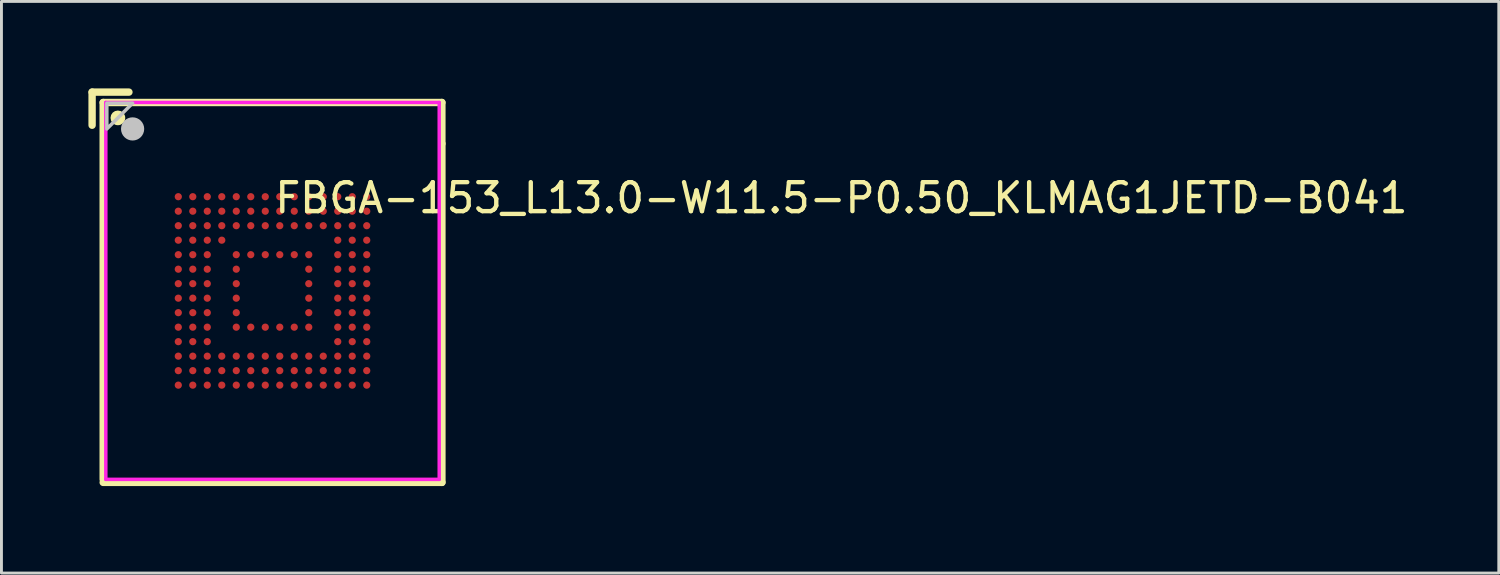
<source format=kicad_pcb>
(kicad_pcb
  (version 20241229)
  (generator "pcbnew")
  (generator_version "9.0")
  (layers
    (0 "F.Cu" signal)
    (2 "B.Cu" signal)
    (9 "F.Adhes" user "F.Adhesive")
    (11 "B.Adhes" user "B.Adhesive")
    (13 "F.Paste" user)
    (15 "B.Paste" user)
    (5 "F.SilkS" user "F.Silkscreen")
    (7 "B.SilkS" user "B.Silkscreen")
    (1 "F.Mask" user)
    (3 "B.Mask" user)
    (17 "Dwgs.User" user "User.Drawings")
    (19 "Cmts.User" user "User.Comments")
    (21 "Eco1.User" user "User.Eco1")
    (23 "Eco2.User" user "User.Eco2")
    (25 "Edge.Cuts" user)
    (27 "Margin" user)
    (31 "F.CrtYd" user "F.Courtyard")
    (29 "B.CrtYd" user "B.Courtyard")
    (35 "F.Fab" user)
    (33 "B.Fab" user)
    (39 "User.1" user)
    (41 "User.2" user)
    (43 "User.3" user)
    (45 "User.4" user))
  (footprint "FBGA-153_L13.0-W11.5-P0.50_KLMAG1JETD-B041"
    (layer "F.Cu")
    (at 6.35 6.985)
    (property "Reference" "FBGA-153_L13.0-W11.5-P0.50_KLMAG1JETD-B041" (at 0 -3.207 0) (layer "F.SilkS") (effects (font (size 1 1) (thickness 0.15)) (justify left)))
    (attr through_hole)
    (fp_line (start -6.223 -6.858) (end -6.223 -5.715) (stroke (width 0.254) (type solid)) (layer "F.SilkS"))
    (fp_line (start -5.841 -6.5) (end 5.842 -6.5) (stroke (width 0.254) (type solid)) (layer "F.SilkS"))
    (fp_line (start -5.841 6.5) (end -5.841 -6.5) (stroke (width 0.254) (type solid)) (layer "F.SilkS"))
    (fp_line (start -5.841 6.605) (end 5.843 6.605) (stroke (width 0.254) (type solid)) (layer "F.SilkS"))
    (fp_line (start -4.953 -6.858) (end -6.223 -6.858) (stroke (width 0.254) (type solid)) (layer "F.SilkS"))
    (fp_line (start 5.842 -6.5) (end 5.842 -5.079) (stroke (width 0.254) (type solid)) (layer "F.SilkS"))
    (fp_line (start 5.843 6.605) (end 5.843 -5.079) (stroke (width 0.254) (type solid)) (layer "F.SilkS"))
    (fp_circle (center -5.334 -5.969) (end -5.207 -5.969) (stroke (width 0.254) (type solid)) (fill no) (layer "F.SilkS"))
    (fp_poly (pts (xy -3.346 -3.37) (xy -3.154 -3.37) (xy -3.13 -3.346) (xy -3.13 -3.154) (xy -3.154 -3.13) (xy -3.346 -3.13) (xy -3.37 -3.154) (xy -3.37 -3.346)) (stroke (width 0.12) (type solid)) (fill yes) (layer "F.Paste"))
    (fp_poly (pts (xy -3.346 -2.87) (xy -3.154 -2.87) (xy -3.13 -2.846) (xy -3.13 -2.654) (xy -3.154 -2.63) (xy -3.346 -2.63) (xy -3.37 -2.654) (xy -3.37 -2.846)) (stroke (width 0.12) (type solid)) (fill yes) (layer "F.Paste"))
    (fp_poly (pts (xy -3.346 -2.37) (xy -3.154 -2.37) (xy -3.13 -2.346) (xy -3.13 -2.154) (xy -3.154 -2.13) (xy -3.346 -2.13) (xy -3.37 -2.154) (xy -3.37 -2.346)) (stroke (width 0.12) (type solid)) (fill yes) (layer "F.Paste"))
    (fp_poly (pts (xy -3.346 -1.87) (xy -3.154 -1.87) (xy -3.13 -1.846) (xy -3.13 -1.654) (xy -3.154 -1.63) (xy -3.346 -1.63) (xy -3.37 -1.654) (xy -3.37 -1.846)) (stroke (width 0.12) (type solid)) (fill yes) (layer "F.Paste"))
    (fp_poly (pts (xy -3.346 -1.37) (xy -3.154 -1.37) (xy -3.13 -1.346) (xy -3.13 -1.154) (xy -3.154 -1.13) (xy -3.346 -1.13) (xy -3.37 -1.154) (xy -3.37 -1.346)) (stroke (width 0.12) (type solid)) (fill yes) (layer "F.Paste"))
    (fp_poly (pts (xy -3.346 -0.87) (xy -3.154 -0.87) (xy -3.13 -0.846) (xy -3.13 -0.654) (xy -3.154 -0.63) (xy -3.346 -0.63) (xy -3.37 -0.654) (xy -3.37 -0.846)) (stroke (width 0.12) (type solid)) (fill yes) (layer "F.Paste"))
    (fp_poly (pts (xy -3.346 -0.37) (xy -3.154 -0.37) (xy -3.13 -0.346) (xy -3.13 -0.154) (xy -3.154 -0.13) (xy -3.346 -0.13) (xy -3.37 -0.154) (xy -3.37 -0.346)) (stroke (width 0.12) (type solid)) (fill yes) (layer "F.Paste"))
    (fp_poly (pts (xy -3.346 0.13) (xy -3.154 0.13) (xy -3.13 0.154) (xy -3.13 0.346) (xy -3.154 0.37) (xy -3.346 0.37) (xy -3.37 0.346) (xy -3.37 0.154)) (stroke (width 0.12) (type solid)) (fill yes) (layer "F.Paste"))
    (fp_poly (pts (xy -3.346 0.63) (xy -3.154 0.63) (xy -3.13 0.654) (xy -3.13 0.846) (xy -3.154 0.87) (xy -3.346 0.87) (xy -3.37 0.846) (xy -3.37 0.654)) (stroke (width 0.12) (type solid)) (fill yes) (layer "F.Paste"))
    (fp_poly (pts (xy -3.346 1.13) (xy -3.154 1.13) (xy -3.13 1.154) (xy -3.13 1.346) (xy -3.154 1.37) (xy -3.346 1.37) (xy -3.37 1.346) (xy -3.37 1.154)) (stroke (width 0.12) (type solid)) (fill yes) (layer "F.Paste"))
    (fp_poly (pts (xy -3.346 1.63) (xy -3.154 1.63) (xy -3.13 1.654) (xy -3.13 1.846) (xy -3.154 1.87) (xy -3.346 1.87) (xy -3.37 1.846) (xy -3.37 1.654)) (stroke (width 0.12) (type solid)) (fill yes) (layer "F.Paste"))
    (fp_poly (pts (xy -3.346 2.13) (xy -3.154 2.13) (xy -3.13 2.154) (xy -3.13 2.346) (xy -3.154 2.37) (xy -3.346 2.37) (xy -3.37 2.346) (xy -3.37 2.154)) (stroke (width 0.12) (type solid)) (fill yes) (layer "F.Paste"))
    (fp_poly (pts (xy -3.346 2.63) (xy -3.154 2.63) (xy -3.13 2.654) (xy -3.13 2.846) (xy -3.154 2.87) (xy -3.346 2.87) (xy -3.37 2.846) (xy -3.37 2.654)) (stroke (width 0.12) (type solid)) (fill yes) (layer "F.Paste"))
    (fp_poly (pts (xy -3.346 3.13) (xy -3.154 3.13) (xy -3.13 3.154) (xy -3.13 3.346) (xy -3.154 3.37) (xy -3.346 3.37) (xy -3.37 3.346) (xy -3.37 3.154)) (stroke (width 0.12) (type solid)) (fill yes) (layer "F.Paste"))
    (fp_poly (pts (xy -2.846 -3.37) (xy -2.654 -3.37) (xy -2.63 -3.346) (xy -2.63 -3.154) (xy -2.654 -3.13) (xy -2.846 -3.13) (xy -2.87 -3.154) (xy -2.87 -3.346)) (stroke (width 0.12) (type solid)) (fill yes) (layer "F.Paste"))
    (fp_poly (pts (xy -2.846 -2.87) (xy -2.654 -2.87) (xy -2.63 -2.846) (xy -2.63 -2.654) (xy -2.654 -2.63) (xy -2.846 -2.63) (xy -2.87 -2.654) (xy -2.87 -2.846)) (stroke (width 0.12) (type solid)) (fill yes) (layer "F.Paste"))
    (fp_poly (pts (xy -2.846 -2.37) (xy -2.654 -2.37) (xy -2.63 -2.346) (xy -2.63 -2.154) (xy -2.654 -2.13) (xy -2.846 -2.13) (xy -2.87 -2.154) (xy -2.87 -2.346)) (stroke (width 0.12) (type solid)) (fill yes) (layer "F.Paste"))
    (fp_poly (pts (xy -2.846 -1.87) (xy -2.654 -1.87) (xy -2.63 -1.846) (xy -2.63 -1.654) (xy -2.654 -1.63) (xy -2.846 -1.63) (xy -2.87 -1.654) (xy -2.87 -1.846)) (stroke (width 0.12) (type solid)) (fill yes) (layer "F.Paste"))
    (fp_poly (pts (xy -2.846 -1.37) (xy -2.654 -1.37) (xy -2.63 -1.346) (xy -2.63 -1.154) (xy -2.654 -1.13) (xy -2.846 -1.13) (xy -2.87 -1.154) (xy -2.87 -1.346)) (stroke (width 0.12) (type solid)) (fill yes) (layer "F.Paste"))
    (fp_poly (pts (xy -2.846 -0.87) (xy -2.654 -0.87) (xy -2.63 -0.846) (xy -2.63 -0.654) (xy -2.654 -0.63) (xy -2.846 -0.63) (xy -2.87 -0.654) (xy -2.87 -0.846)) (stroke (width 0.12) (type solid)) (fill yes) (layer "F.Paste"))
    (fp_poly (pts (xy -2.846 -0.37) (xy -2.654 -0.37) (xy -2.63 -0.346) (xy -2.63 -0.154) (xy -2.654 -0.13) (xy -2.846 -0.13) (xy -2.87 -0.154) (xy -2.87 -0.346)) (stroke (width 0.12) (type solid)) (fill yes) (layer "F.Paste"))
    (fp_poly (pts (xy -2.846 0.13) (xy -2.654 0.13) (xy -2.63 0.154) (xy -2.63 0.346) (xy -2.654 0.37) (xy -2.846 0.37) (xy -2.87 0.346) (xy -2.87 0.154)) (stroke (width 0.12) (type solid)) (fill yes) (layer "F.Paste"))
    (fp_poly (pts (xy -2.846 0.63) (xy -2.654 0.63) (xy -2.63 0.654) (xy -2.63 0.846) (xy -2.654 0.87) (xy -2.846 0.87) (xy -2.87 0.846) (xy -2.87 0.654)) (stroke (width 0.12) (type solid)) (fill yes) (layer "F.Paste"))
    (fp_poly (pts (xy -2.846 1.13) (xy -2.654 1.13) (xy -2.63 1.154) (xy -2.63 1.346) (xy -2.654 1.37) (xy -2.846 1.37) (xy -2.87 1.346) (xy -2.87 1.154)) (stroke (width 0.12) (type solid)) (fill yes) (layer "F.Paste"))
    (fp_poly (pts (xy -2.846 1.63) (xy -2.654 1.63) (xy -2.63 1.654) (xy -2.63 1.846) (xy -2.654 1.87) (xy -2.846 1.87) (xy -2.87 1.846) (xy -2.87 1.654)) (stroke (width 0.12) (type solid)) (fill yes) (layer "F.Paste"))
    (fp_poly (pts (xy -2.846 2.13) (xy -2.654 2.13) (xy -2.63 2.154) (xy -2.63 2.346) (xy -2.654 2.37) (xy -2.846 2.37) (xy -2.87 2.346) (xy -2.87 2.154)) (stroke (width 0.12) (type solid)) (fill yes) (layer "F.Paste"))
    (fp_poly (pts (xy -2.846 2.63) (xy -2.654 2.63) (xy -2.63 2.654) (xy -2.63 2.846) (xy -2.654 2.87) (xy -2.846 2.87) (xy -2.87 2.846) (xy -2.87 2.654)) (stroke (width 0.12) (type solid)) (fill yes) (layer "F.Paste"))
    (fp_poly (pts (xy -2.846 3.13) (xy -2.654 3.13) (xy -2.63 3.154) (xy -2.63 3.346) (xy -2.654 3.37) (xy -2.846 3.37) (xy -2.87 3.346) (xy -2.87 3.154)) (stroke (width 0.12) (type solid)) (fill yes) (layer "F.Paste"))
    (fp_poly (pts (xy -2.346 -3.37) (xy -2.154 -3.37) (xy -2.13 -3.346) (xy -2.13 -3.154) (xy -2.154 -3.13) (xy -2.346 -3.13) (xy -2.37 -3.154) (xy -2.37 -3.346)) (stroke (width 0.12) (type solid)) (fill yes) (layer "F.Paste"))
    (fp_poly (pts (xy -2.346 -2.87) (xy -2.154 -2.87) (xy -2.13 -2.846) (xy -2.13 -2.654) (xy -2.154 -2.63) (xy -2.346 -2.63) (xy -2.37 -2.654) (xy -2.37 -2.846)) (stroke (width 0.12) (type solid)) (fill yes) (layer "F.Paste"))
    (fp_poly (pts (xy -2.346 -2.37) (xy -2.154 -2.37) (xy -2.13 -2.346) (xy -2.13 -2.154) (xy -2.154 -2.13) (xy -2.346 -2.13) (xy -2.37 -2.154) (xy -2.37 -2.346)) (stroke (width 0.12) (type solid)) (fill yes) (layer "F.Paste"))
    (fp_poly (pts (xy -2.346 -1.87) (xy -2.154 -1.87) (xy -2.13 -1.846) (xy -2.13 -1.654) (xy -2.154 -1.63) (xy -2.346 -1.63) (xy -2.37 -1.654) (xy -2.37 -1.846)) (stroke (width 0.12) (type solid)) (fill yes) (layer "F.Paste"))
    (fp_poly (pts (xy -2.346 -1.37) (xy -2.154 -1.37) (xy -2.13 -1.346) (xy -2.13 -1.154) (xy -2.154 -1.13) (xy -2.346 -1.13) (xy -2.37 -1.154) (xy -2.37 -1.346)) (stroke (width 0.12) (type solid)) (fill yes) (layer "F.Paste"))
    (fp_poly (pts (xy -2.346 -0.87) (xy -2.154 -0.87) (xy -2.13 -0.846) (xy -2.13 -0.654) (xy -2.154 -0.63) (xy -2.346 -0.63) (xy -2.37 -0.654) (xy -2.37 -0.846)) (stroke (width 0.12) (type solid)) (fill yes) (layer "F.Paste"))
    (fp_poly (pts (xy -2.346 -0.37) (xy -2.154 -0.37) (xy -2.13 -0.346) (xy -2.13 -0.154) (xy -2.154 -0.13) (xy -2.346 -0.13) (xy -2.37 -0.154) (xy -2.37 -0.346)) (stroke (width 0.12) (type solid)) (fill yes) (layer "F.Paste"))
    (fp_poly (pts (xy -2.346 0.13) (xy -2.154 0.13) (xy -2.13 0.154) (xy -2.13 0.346) (xy -2.154 0.37) (xy -2.346 0.37) (xy -2.37 0.346) (xy -2.37 0.154)) (stroke (width 0.12) (type solid)) (fill yes) (layer "F.Paste"))
    (fp_poly (pts (xy -2.346 0.63) (xy -2.154 0.63) (xy -2.13 0.654) (xy -2.13 0.846) (xy -2.154 0.87) (xy -2.346 0.87) (xy -2.37 0.846) (xy -2.37 0.654)) (stroke (width 0.12) (type solid)) (fill yes) (layer "F.Paste"))
    (fp_poly (pts (xy -2.346 1.13) (xy -2.154 1.13) (xy -2.13 1.154) (xy -2.13 1.346) (xy -2.154 1.37) (xy -2.346 1.37) (xy -2.37 1.346) (xy -2.37 1.154)) (stroke (width 0.12) (type solid)) (fill yes) (layer "F.Paste"))
    (fp_poly (pts (xy -2.346 1.63) (xy -2.154 1.63) (xy -2.13 1.654) (xy -2.13 1.846) (xy -2.154 1.87) (xy -2.346 1.87) (xy -2.37 1.846) (xy -2.37 1.654)) (stroke (width 0.12) (type solid)) (fill yes) (layer "F.Paste"))
    (fp_poly (pts (xy -2.346 2.13) (xy -2.154 2.13) (xy -2.13 2.154) (xy -2.13 2.346) (xy -2.154 2.37) (xy -2.346 2.37) (xy -2.37 2.346) (xy -2.37 2.154)) (stroke (width 0.12) (type solid)) (fill yes) (layer "F.Paste"))
    (fp_poly (pts (xy -2.346 2.63) (xy -2.154 2.63) (xy -2.13 2.654) (xy -2.13 2.846) (xy -2.154 2.87) (xy -2.346 2.87) (xy -2.37 2.846) (xy -2.37 2.654)) (stroke (width 0.12) (type solid)) (fill yes) (layer "F.Paste"))
    (fp_poly (pts (xy -2.346 3.13) (xy -2.154 3.13) (xy -2.13 3.154) (xy -2.13 3.346) (xy -2.154 3.37) (xy -2.346 3.37) (xy -2.37 3.346) (xy -2.37 3.154)) (stroke (width 0.12) (type solid)) (fill yes) (layer "F.Paste"))
    (fp_poly (pts (xy -1.846 -3.37) (xy -1.654 -3.37) (xy -1.63 -3.346) (xy -1.63 -3.154) (xy -1.654 -3.13) (xy -1.846 -3.13) (xy -1.87 -3.154) (xy -1.87 -3.346)) (stroke (width 0.12) (type solid)) (fill yes) (layer "F.Paste"))
    (fp_poly (pts (xy -1.846 -2.87) (xy -1.654 -2.87) (xy -1.63 -2.846) (xy -1.63 -2.654) (xy -1.654 -2.63) (xy -1.846 -2.63) (xy -1.87 -2.654) (xy -1.87 -2.846)) (stroke (width 0.12) (type solid)) (fill yes) (layer "F.Paste"))
    (fp_poly (pts (xy -1.846 -2.37) (xy -1.654 -2.37) (xy -1.63 -2.346) (xy -1.63 -2.154) (xy -1.654 -2.13) (xy -1.846 -2.13) (xy -1.87 -2.154) (xy -1.87 -2.346)) (stroke (width 0.12) (type solid)) (fill yes) (layer "F.Paste"))
    (fp_poly (pts (xy -1.846 -1.87) (xy -1.654 -1.87) (xy -1.63 -1.846) (xy -1.63 -1.654) (xy -1.654 -1.63) (xy -1.846 -1.63) (xy -1.87 -1.654) (xy -1.87 -1.846)) (stroke (width 0.12) (type solid)) (fill yes) (layer "F.Paste"))
    (fp_poly (pts (xy -1.846 2.13) (xy -1.654 2.13) (xy -1.63 2.154) (xy -1.63 2.346) (xy -1.654 2.37) (xy -1.846 2.37) (xy -1.87 2.346) (xy -1.87 2.154)) (stroke (width 0.12) (type solid)) (fill yes) (layer "F.Paste"))
    (fp_poly (pts (xy -1.846 2.63) (xy -1.654 2.63) (xy -1.63 2.654) (xy -1.63 2.846) (xy -1.654 2.87) (xy -1.846 2.87) (xy -1.87 2.846) (xy -1.87 2.654)) (stroke (width 0.12) (type solid)) (fill yes) (layer "F.Paste"))
    (fp_poly (pts (xy -1.846 3.13) (xy -1.654 3.13) (xy -1.63 3.154) (xy -1.63 3.346) (xy -1.654 3.37) (xy -1.846 3.37) (xy -1.87 3.346) (xy -1.87 3.154)) (stroke (width 0.12) (type solid)) (fill yes) (layer "F.Paste"))
    (fp_poly (pts (xy -1.346 -3.37) (xy -1.154 -3.37) (xy -1.13 -3.346) (xy -1.13 -3.154) (xy -1.154 -3.13) (xy -1.346 -3.13) (xy -1.37 -3.154) (xy -1.37 -3.346)) (stroke (width 0.12) (type solid)) (fill yes) (layer "F.Paste"))
    (fp_poly (pts (xy -1.346 -2.87) (xy -1.154 -2.87) (xy -1.13 -2.846) (xy -1.13 -2.654) (xy -1.154 -2.63) (xy -1.346 -2.63) (xy -1.37 -2.654) (xy -1.37 -2.846)) (stroke (width 0.12) (type solid)) (fill yes) (layer "F.Paste"))
    (fp_poly (pts (xy -1.346 -2.37) (xy -1.154 -2.37) (xy -1.13 -2.346) (xy -1.13 -2.154) (xy -1.154 -2.13) (xy -1.346 -2.13) (xy -1.37 -2.154) (xy -1.37 -2.346)) (stroke (width 0.12) (type solid)) (fill yes) (layer "F.Paste"))
    (fp_poly (pts (xy -1.346 -1.37) (xy -1.154 -1.37) (xy -1.13 -1.346) (xy -1.13 -1.154) (xy -1.154 -1.13) (xy -1.346 -1.13) (xy -1.37 -1.154) (xy -1.37 -1.346)) (stroke (width 0.12) (type solid)) (fill yes) (layer "F.Paste"))
    (fp_poly (pts (xy -1.346 -0.87) (xy -1.154 -0.87) (xy -1.13 -0.846) (xy -1.13 -0.654) (xy -1.154 -0.63) (xy -1.346 -0.63) (xy -1.37 -0.654) (xy -1.37 -0.846)) (stroke (width 0.12) (type solid)) (fill yes) (layer "F.Paste"))
    (fp_poly (pts (xy -1.346 -0.37) (xy -1.154 -0.37) (xy -1.13 -0.346) (xy -1.13 -0.154) (xy -1.154 -0.13) (xy -1.346 -0.13) (xy -1.37 -0.154) (xy -1.37 -0.346)) (stroke (width 0.12) (type solid)) (fill yes) (layer "F.Paste"))
    (fp_poly (pts (xy -1.346 0.13) (xy -1.154 0.13) (xy -1.13 0.154) (xy -1.13 0.346) (xy -1.154 0.37) (xy -1.346 0.37) (xy -1.37 0.346) (xy -1.37 0.154)) (stroke (width 0.12) (type solid)) (fill yes) (layer "F.Paste"))
    (fp_poly (pts (xy -1.346 0.63) (xy -1.154 0.63) (xy -1.13 0.654) (xy -1.13 0.846) (xy -1.154 0.87) (xy -1.346 0.87) (xy -1.37 0.846) (xy -1.37 0.654)) (stroke (width 0.12) (type solid)) (fill yes) (layer "F.Paste"))
    (fp_poly (pts (xy -1.346 1.13) (xy -1.154 1.13) (xy -1.13 1.154) (xy -1.13 1.346) (xy -1.154 1.37) (xy -1.346 1.37) (xy -1.37 1.346) (xy -1.37 1.154)) (stroke (width 0.12) (type solid)) (fill yes) (layer "F.Paste"))
    (fp_poly (pts (xy -1.346 2.13) (xy -1.154 2.13) (xy -1.13 2.154) (xy -1.13 2.346) (xy -1.154 2.37) (xy -1.346 2.37) (xy -1.37 2.346) (xy -1.37 2.154)) (stroke (width 0.12) (type solid)) (fill yes) (layer "F.Paste"))
    (fp_poly (pts (xy -1.346 2.63) (xy -1.154 2.63) (xy -1.13 2.654) (xy -1.13 2.846) (xy -1.154 2.87) (xy -1.346 2.87) (xy -1.37 2.846) (xy -1.37 2.654)) (stroke (width 0.12) (type solid)) (fill yes) (layer "F.Paste"))
    (fp_poly (pts (xy -1.346 3.13) (xy -1.154 3.13) (xy -1.13 3.154) (xy -1.13 3.346) (xy -1.154 3.37) (xy -1.346 3.37) (xy -1.37 3.346) (xy -1.37 3.154)) (stroke (width 0.12) (type solid)) (fill yes) (layer "F.Paste"))
    (fp_poly (pts (xy -0.846 -3.37) (xy -0.654 -3.37) (xy -0.63 -3.346) (xy -0.63 -3.154) (xy -0.654 -3.13) (xy -0.846 -3.13) (xy -0.87 -3.154) (xy -0.87 -3.346)) (stroke (width 0.12) (type solid)) (fill yes) (layer "F.Paste"))
    (fp_poly (pts (xy -0.846 -2.87) (xy -0.654 -2.87) (xy -0.63 -2.846) (xy -0.63 -2.654) (xy -0.654 -2.63) (xy -0.846 -2.63) (xy -0.87 -2.654) (xy -0.87 -2.846)) (stroke (width 0.12) (type solid)) (fill yes) (layer "F.Paste"))
    (fp_poly (pts (xy -0.846 -2.37) (xy -0.654 -2.37) (xy -0.63 -2.346) (xy -0.63 -2.154) (xy -0.654 -2.13) (xy -0.846 -2.13) (xy -0.87 -2.154) (xy -0.87 -2.346)) (stroke (width 0.12) (type solid)) (fill yes) (layer "F.Paste"))
    (fp_poly (pts (xy -0.846 -1.37) (xy -0.654 -1.37) (xy -0.63 -1.346) (xy -0.63 -1.154) (xy -0.654 -1.13) (xy -0.846 -1.13) (xy -0.87 -1.154) (xy -0.87 -1.346)) (stroke (width 0.12) (type solid)) (fill yes) (layer "F.Paste"))
    (fp_poly (pts (xy -0.846 1.13) (xy -0.654 1.13) (xy -0.63 1.154) (xy -0.63 1.346) (xy -0.654 1.37) (xy -0.846 1.37) (xy -0.87 1.346) (xy -0.87 1.154)) (stroke (width 0.12) (type solid)) (fill yes) (layer "F.Paste"))
    (fp_poly (pts (xy -0.846 2.13) (xy -0.654 2.13) (xy -0.63 2.154) (xy -0.63 2.346) (xy -0.654 2.37) (xy -0.846 2.37) (xy -0.87 2.346) (xy -0.87 2.154)) (stroke (width 0.12) (type solid)) (fill yes) (layer "F.Paste"))
    (fp_poly (pts (xy -0.846 2.63) (xy -0.654 2.63) (xy -0.63 2.654) (xy -0.63 2.846) (xy -0.654 2.87) (xy -0.846 2.87) (xy -0.87 2.846) (xy -0.87 2.654)) (stroke (width 0.12) (type solid)) (fill yes) (layer "F.Paste"))
    (fp_poly (pts (xy -0.846 3.13) (xy -0.654 3.13) (xy -0.63 3.154) (xy -0.63 3.346) (xy -0.654 3.37) (xy -0.846 3.37) (xy -0.87 3.346) (xy -0.87 3.154)) (stroke (width 0.12) (type solid)) (fill yes) (layer "F.Paste"))
    (fp_poly (pts (xy -0.346 -3.37) (xy -0.154 -3.37) (xy -0.13 -3.346) (xy -0.13 -3.154) (xy -0.154 -3.13) (xy -0.346 -3.13) (xy -0.37 -3.154) (xy -0.37 -3.346)) (stroke (width 0.12) (type solid)) (fill yes) (layer "F.Paste"))
    (fp_poly (pts (xy -0.346 -2.87) (xy -0.154 -2.87) (xy -0.13 -2.846) (xy -0.13 -2.654) (xy -0.154 -2.63) (xy -0.346 -2.63) (xy -0.37 -2.654) (xy -0.37 -2.846)) (stroke (width 0.12) (type solid)) (fill yes) (layer "F.Paste"))
    (fp_poly (pts (xy -0.346 -2.37) (xy -0.154 -2.37) (xy -0.13 -2.346) (xy -0.13 -2.154) (xy -0.154 -2.13) (xy -0.346 -2.13) (xy -0.37 -2.154) (xy -0.37 -2.346)) (stroke (width 0.12) (type solid)) (fill yes) (layer "F.Paste"))
    (fp_poly (pts (xy -0.346 -1.37) (xy -0.154 -1.37) (xy -0.13 -1.346) (xy -0.13 -1.154) (xy -0.154 -1.13) (xy -0.346 -1.13) (xy -0.37 -1.154) (xy -0.37 -1.346)) (stroke (width 0.12) (type solid)) (fill yes) (layer "F.Paste"))
    (fp_poly (pts (xy -0.346 1.13) (xy -0.154 1.13) (xy -0.13 1.154) (xy -0.13 1.346) (xy -0.154 1.37) (xy -0.346 1.37) (xy -0.37 1.346) (xy -0.37 1.154)) (stroke (width 0.12) (type solid)) (fill yes) (layer "F.Paste"))
    (fp_poly (pts (xy -0.346 2.13) (xy -0.154 2.13) (xy -0.13 2.154) (xy -0.13 2.346) (xy -0.154 2.37) (xy -0.346 2.37) (xy -0.37 2.346) (xy -0.37 2.154)) (stroke (width 0.12) (type solid)) (fill yes) (layer "F.Paste"))
    (fp_poly (pts (xy -0.346 2.63) (xy -0.154 2.63) (xy -0.13 2.654) (xy -0.13 2.846) (xy -0.154 2.87) (xy -0.346 2.87) (xy -0.37 2.846) (xy -0.37 2.654)) (stroke (width 0.12) (type solid)) (fill yes) (layer "F.Paste"))
    (fp_poly (pts (xy -0.346 3.13) (xy -0.154 3.13) (xy -0.13 3.154) (xy -0.13 3.346) (xy -0.154 3.37) (xy -0.346 3.37) (xy -0.37 3.346) (xy -0.37 3.154)) (stroke (width 0.12) (type solid)) (fill yes) (layer "F.Paste"))
    (fp_poly (pts (xy 0.154 -3.37) (xy 0.346 -3.37) (xy 0.37 -3.346) (xy 0.37 -3.154) (xy 0.346 -3.13) (xy 0.154 -3.13) (xy 0.13 -3.154) (xy 0.13 -3.346)) (stroke (width 0.12) (type solid)) (fill yes) (layer "F.Paste"))
    (fp_poly (pts (xy 0.154 -2.87) (xy 0.346 -2.87) (xy 0.37 -2.846) (xy 0.37 -2.654) (xy 0.346 -2.63) (xy 0.154 -2.63) (xy 0.13 -2.654) (xy 0.13 -2.846)) (stroke (width 0.12) (type solid)) (fill yes) (layer "F.Paste"))
    (fp_poly (pts (xy 0.154 -2.37) (xy 0.346 -2.37) (xy 0.37 -2.346) (xy 0.37 -2.154) (xy 0.346 -2.13) (xy 0.154 -2.13) (xy 0.13 -2.154) (xy 0.13 -2.346)) (stroke (width 0.12) (type solid)) (fill yes) (layer "F.Paste"))
    (fp_poly (pts (xy 0.154 -1.37) (xy 0.346 -1.37) (xy 0.37 -1.346) (xy 0.37 -1.154) (xy 0.346 -1.13) (xy 0.154 -1.13) (xy 0.13 -1.154) (xy 0.13 -1.346)) (stroke (width 0.12) (type solid)) (fill yes) (layer "F.Paste"))
    (fp_poly (pts (xy 0.154 1.13) (xy 0.346 1.13) (xy 0.37 1.154) (xy 0.37 1.346) (xy 0.346 1.37) (xy 0.154 1.37) (xy 0.13 1.346) (xy 0.13 1.154)) (stroke (width 0.12) (type solid)) (fill yes) (layer "F.Paste"))
    (fp_poly (pts (xy 0.154 2.13) (xy 0.346 2.13) (xy 0.37 2.154) (xy 0.37 2.346) (xy 0.346 2.37) (xy 0.154 2.37) (xy 0.13 2.346) (xy 0.13 2.154)) (stroke (width 0.12) (type solid)) (fill yes) (layer "F.Paste"))
    (fp_poly (pts (xy 0.154 2.63) (xy 0.346 2.63) (xy 0.37 2.654) (xy 0.37 2.846) (xy 0.346 2.87) (xy 0.154 2.87) (xy 0.13 2.846) (xy 0.13 2.654)) (stroke (width 0.12) (type solid)) (fill yes) (layer "F.Paste"))
    (fp_poly (pts (xy 0.154 3.13) (xy 0.346 3.13) (xy 0.37 3.154) (xy 0.37 3.346) (xy 0.346 3.37) (xy 0.154 3.37) (xy 0.13 3.346) (xy 0.13 3.154)) (stroke (width 0.12) (type solid)) (fill yes) (layer "F.Paste"))
    (fp_poly (pts (xy 0.654 -3.37) (xy 0.846 -3.37) (xy 0.87 -3.346) (xy 0.87 -3.154) (xy 0.846 -3.13) (xy 0.654 -3.13) (xy 0.63 -3.154) (xy 0.63 -3.346)) (stroke (width 0.12) (type solid)) (fill yes) (layer "F.Paste"))
    (fp_poly (pts (xy 0.654 -2.87) (xy 0.846 -2.87) (xy 0.87 -2.846) (xy 0.87 -2.654) (xy 0.846 -2.63) (xy 0.654 -2.63) (xy 0.63 -2.654) (xy 0.63 -2.846)) (stroke (width 0.12) (type solid)) (fill yes) (layer "F.Paste"))
    (fp_poly (pts (xy 0.654 -2.37) (xy 0.846 -2.37) (xy 0.87 -2.346) (xy 0.87 -2.154) (xy 0.846 -2.13) (xy 0.654 -2.13) (xy 0.63 -2.154) (xy 0.63 -2.346)) (stroke (width 0.12) (type solid)) (fill yes) (layer "F.Paste"))
    (fp_poly (pts (xy 0.654 -1.37) (xy 0.846 -1.37) (xy 0.87 -1.346) (xy 0.87 -1.154) (xy 0.846 -1.13) (xy 0.654 -1.13) (xy 0.63 -1.154) (xy 0.63 -1.346)) (stroke (width 0.12) (type solid)) (fill yes) (layer "F.Paste"))
    (fp_poly (pts (xy 0.654 1.13) (xy 0.846 1.13) (xy 0.87 1.154) (xy 0.87 1.346) (xy 0.846 1.37) (xy 0.654 1.37) (xy 0.63 1.346) (xy 0.63 1.154)) (stroke (width 0.12) (type solid)) (fill yes) (layer "F.Paste"))
    (fp_poly (pts (xy 0.654 2.13) (xy 0.846 2.13) (xy 0.87 2.154) (xy 0.87 2.346) (xy 0.846 2.37) (xy 0.654 2.37) (xy 0.63 2.346) (xy 0.63 2.154)) (stroke (width 0.12) (type solid)) (fill yes) (layer "F.Paste"))
    (fp_poly (pts (xy 0.654 2.63) (xy 0.846 2.63) (xy 0.87 2.654) (xy 0.87 2.846) (xy 0.846 2.87) (xy 0.654 2.87) (xy 0.63 2.846) (xy 0.63 2.654)) (stroke (width 0.12) (type solid)) (fill yes) (layer "F.Paste"))
    (fp_poly (pts (xy 0.654 3.13) (xy 0.846 3.13) (xy 0.87 3.154) (xy 0.87 3.346) (xy 0.846 3.37) (xy 0.654 3.37) (xy 0.63 3.346) (xy 0.63 3.154)) (stroke (width 0.12) (type solid)) (fill yes) (layer "F.Paste"))
    (fp_poly (pts (xy 1.154 -3.37) (xy 1.346 -3.37) (xy 1.37 -3.346) (xy 1.37 -3.154) (xy 1.346 -3.13) (xy 1.154 -3.13) (xy 1.13 -3.154) (xy 1.13 -3.346)) (stroke (width 0.12) (type solid)) (fill yes) (layer "F.Paste"))
    (fp_poly (pts (xy 1.154 -2.87) (xy 1.346 -2.87) (xy 1.37 -2.846) (xy 1.37 -2.654) (xy 1.346 -2.63) (xy 1.154 -2.63) (xy 1.13 -2.654) (xy 1.13 -2.846)) (stroke (width 0.12) (type solid)) (fill yes) (layer "F.Paste"))
    (fp_poly (pts (xy 1.154 -2.37) (xy 1.346 -2.37) (xy 1.37 -2.346) (xy 1.37 -2.154) (xy 1.346 -2.13) (xy 1.154 -2.13) (xy 1.13 -2.154) (xy 1.13 -2.346)) (stroke (width 0.12) (type solid)) (fill yes) (layer "F.Paste"))
    (fp_poly (pts (xy 1.154 -1.37) (xy 1.346 -1.37) (xy 1.37 -1.346) (xy 1.37 -1.154) (xy 1.346 -1.13) (xy 1.154 -1.13) (xy 1.13 -1.154) (xy 1.13 -1.346)) (stroke (width 0.12) (type solid)) (fill yes) (layer "F.Paste"))
    (fp_poly (pts (xy 1.154 -0.87) (xy 1.346 -0.87) (xy 1.37 -0.846) (xy 1.37 -0.654) (xy 1.346 -0.63) (xy 1.154 -0.63) (xy 1.13 -0.654) (xy 1.13 -0.846)) (stroke (width 0.12) (type solid)) (fill yes) (layer "F.Paste"))
    (fp_poly (pts (xy 1.154 -0.37) (xy 1.346 -0.37) (xy 1.37 -0.346) (xy 1.37 -0.154) (xy 1.346 -0.13) (xy 1.154 -0.13) (xy 1.13 -0.154) (xy 1.13 -0.346)) (stroke (width 0.12) (type solid)) (fill yes) (layer "F.Paste"))
    (fp_poly (pts (xy 1.154 0.13) (xy 1.346 0.13) (xy 1.37 0.154) (xy 1.37 0.346) (xy 1.346 0.37) (xy 1.154 0.37) (xy 1.13 0.346) (xy 1.13 0.154)) (stroke (width 0.12) (type solid)) (fill yes) (layer "F.Paste"))
    (fp_poly (pts (xy 1.154 0.63) (xy 1.346 0.63) (xy 1.37 0.654) (xy 1.37 0.846) (xy 1.346 0.87) (xy 1.154 0.87) (xy 1.13 0.846) (xy 1.13 0.654)) (stroke (width 0.12) (type solid)) (fill yes) (layer "F.Paste"))
    (fp_poly (pts (xy 1.154 1.13) (xy 1.346 1.13) (xy 1.37 1.154) (xy 1.37 1.346) (xy 1.346 1.37) (xy 1.154 1.37) (xy 1.13 1.346) (xy 1.13 1.154)) (stroke (width 0.12) (type solid)) (fill yes) (layer "F.Paste"))
    (fp_poly (pts (xy 1.154 2.13) (xy 1.346 2.13) (xy 1.37 2.154) (xy 1.37 2.346) (xy 1.346 2.37) (xy 1.154 2.37) (xy 1.13 2.346) (xy 1.13 2.154)) (stroke (width 0.12) (type solid)) (fill yes) (layer "F.Paste"))
    (fp_poly (pts (xy 1.154 2.63) (xy 1.346 2.63) (xy 1.37 2.654) (xy 1.37 2.846) (xy 1.346 2.87) (xy 1.154 2.87) (xy 1.13 2.846) (xy 1.13 2.654)) (stroke (width 0.12) (type solid)) (fill yes) (layer "F.Paste"))
    (fp_poly (pts (xy 1.154 3.13) (xy 1.346 3.13) (xy 1.37 3.154) (xy 1.37 3.346) (xy 1.346 3.37) (xy 1.154 3.37) (xy 1.13 3.346) (xy 1.13 3.154)) (stroke (width 0.12) (type solid)) (fill yes) (layer "F.Paste"))
    (fp_poly (pts (xy 1.654 -3.37) (xy 1.846 -3.37) (xy 1.87 -3.346) (xy 1.87 -3.154) (xy 1.846 -3.13) (xy 1.654 -3.13) (xy 1.63 -3.154) (xy 1.63 -3.346)) (stroke (width 0.12) (type solid)) (fill yes) (layer "F.Paste"))
    (fp_poly (pts (xy 1.654 -2.87) (xy 1.846 -2.87) (xy 1.87 -2.846) (xy 1.87 -2.654) (xy 1.846 -2.63) (xy 1.654 -2.63) (xy 1.63 -2.654) (xy 1.63 -2.846)) (stroke (width 0.12) (type solid)) (fill yes) (layer "F.Paste"))
    (fp_poly (pts (xy 1.654 -2.37) (xy 1.846 -2.37) (xy 1.87 -2.346) (xy 1.87 -2.154) (xy 1.846 -2.13) (xy 1.654 -2.13) (xy 1.63 -2.154) (xy 1.63 -2.346)) (stroke (width 0.12) (type solid)) (fill yes) (layer "F.Paste"))
    (fp_poly (pts (xy 1.654 2.13) (xy 1.846 2.13) (xy 1.87 2.154) (xy 1.87 2.346) (xy 1.846 2.37) (xy 1.654 2.37) (xy 1.63 2.346) (xy 1.63 2.154)) (stroke (width 0.12) (type solid)) (fill yes) (layer "F.Paste"))
    (fp_poly (pts (xy 1.654 2.63) (xy 1.846 2.63) (xy 1.87 2.654) (xy 1.87 2.846) (xy 1.846 2.87) (xy 1.654 2.87) (xy 1.63 2.846) (xy 1.63 2.654)) (stroke (width 0.12) (type solid)) (fill yes) (layer "F.Paste"))
    (fp_poly (pts (xy 1.654 3.13) (xy 1.846 3.13) (xy 1.87 3.154) (xy 1.87 3.346) (xy 1.846 3.37) (xy 1.654 3.37) (xy 1.63 3.346) (xy 1.63 3.154)) (stroke (width 0.12) (type solid)) (fill yes) (layer "F.Paste"))
    (fp_poly (pts (xy 2.154 -3.37) (xy 2.346 -3.37) (xy 2.37 -3.346) (xy 2.37 -3.154) (xy 2.346 -3.13) (xy 2.154 -3.13) (xy 2.13 -3.154) (xy 2.13 -3.346)) (stroke (width 0.12) (type solid)) (fill yes) (layer "F.Paste"))
    (fp_poly (pts (xy 2.154 -2.87) (xy 2.346 -2.87) (xy 2.37 -2.846) (xy 2.37 -2.654) (xy 2.346 -2.63) (xy 2.154 -2.63) (xy 2.13 -2.654) (xy 2.13 -2.846)) (stroke (width 0.12) (type solid)) (fill yes) (layer "F.Paste"))
    (fp_poly (pts (xy 2.154 -2.37) (xy 2.346 -2.37) (xy 2.37 -2.346) (xy 2.37 -2.154) (xy 2.346 -2.13) (xy 2.154 -2.13) (xy 2.13 -2.154) (xy 2.13 -2.346)) (stroke (width 0.12) (type solid)) (fill yes) (layer "F.Paste"))
    (fp_poly (pts (xy 2.154 -1.87) (xy 2.346 -1.87) (xy 2.37 -1.846) (xy 2.37 -1.654) (xy 2.346 -1.63) (xy 2.154 -1.63) (xy 2.13 -1.654) (xy 2.13 -1.846)) (stroke (width 0.12) (type solid)) (fill yes) (layer "F.Paste"))
    (fp_poly (pts (xy 2.154 -1.37) (xy 2.346 -1.37) (xy 2.37 -1.346) (xy 2.37 -1.154) (xy 2.346 -1.13) (xy 2.154 -1.13) (xy 2.13 -1.154) (xy 2.13 -1.346)) (stroke (width 0.12) (type solid)) (fill yes) (layer "F.Paste"))
    (fp_poly (pts (xy 2.154 -0.87) (xy 2.346 -0.87) (xy 2.37 -0.846) (xy 2.37 -0.654) (xy 2.346 -0.63) (xy 2.154 -0.63) (xy 2.13 -0.654) (xy 2.13 -0.846)) (stroke (width 0.12) (type solid)) (fill yes) (layer "F.Paste"))
    (fp_poly (pts (xy 2.154 -0.37) (xy 2.346 -0.37) (xy 2.37 -0.346) (xy 2.37 -0.154) (xy 2.346 -0.13) (xy 2.154 -0.13) (xy 2.13 -0.154) (xy 2.13 -0.346)) (stroke (width 0.12) (type solid)) (fill yes) (layer "F.Paste"))
    (fp_poly (pts (xy 2.154 0.13) (xy 2.346 0.13) (xy 2.37 0.154) (xy 2.37 0.346) (xy 2.346 0.37) (xy 2.154 0.37) (xy 2.13 0.346) (xy 2.13 0.154)) (stroke (width 0.12) (type solid)) (fill yes) (layer "F.Paste"))
    (fp_poly (pts (xy 2.154 0.63) (xy 2.346 0.63) (xy 2.37 0.654) (xy 2.37 0.846) (xy 2.346 0.87) (xy 2.154 0.87) (xy 2.13 0.846) (xy 2.13 0.654)) (stroke (width 0.12) (type solid)) (fill yes) (layer "F.Paste"))
    (fp_poly (pts (xy 2.154 1.13) (xy 2.346 1.13) (xy 2.37 1.154) (xy 2.37 1.346) (xy 2.346 1.37) (xy 2.154 1.37) (xy 2.13 1.346) (xy 2.13 1.154)) (stroke (width 0.12) (type solid)) (fill yes) (layer "F.Paste"))
    (fp_poly (pts (xy 2.154 1.63) (xy 2.346 1.63) (xy 2.37 1.654) (xy 2.37 1.846) (xy 2.346 1.87) (xy 2.154 1.87) (xy 2.13 1.846) (xy 2.13 1.654)) (stroke (width 0.12) (type solid)) (fill yes) (layer "F.Paste"))
    (fp_poly (pts (xy 2.154 2.13) (xy 2.346 2.13) (xy 2.37 2.154) (xy 2.37 2.346) (xy 2.346 2.37) (xy 2.154 2.37) (xy 2.13 2.346) (xy 2.13 2.154)) (stroke (width 0.12) (type solid)) (fill yes) (layer "F.Paste"))
    (fp_poly (pts (xy 2.154 2.63) (xy 2.346 2.63) (xy 2.37 2.654) (xy 2.37 2.846) (xy 2.346 2.87) (xy 2.154 2.87) (xy 2.13 2.846) (xy 2.13 2.654)) (stroke (width 0.12) (type solid)) (fill yes) (layer "F.Paste"))
    (fp_poly (pts (xy 2.154 3.13) (xy 2.346 3.13) (xy 2.37 3.154) (xy 2.37 3.346) (xy 2.346 3.37) (xy 2.154 3.37) (xy 2.13 3.346) (xy 2.13 3.154)) (stroke (width 0.12) (type solid)) (fill yes) (layer "F.Paste"))
    (fp_poly (pts (xy 2.654 -3.37) (xy 2.846 -3.37) (xy 2.87 -3.346) (xy 2.87 -3.154) (xy 2.846 -3.13) (xy 2.654 -3.13) (xy 2.63 -3.154) (xy 2.63 -3.346)) (stroke (width 0.12) (type solid)) (fill yes) (layer "F.Paste"))
    (fp_poly (pts (xy 2.654 -2.87) (xy 2.846 -2.87) (xy 2.87 -2.846) (xy 2.87 -2.654) (xy 2.846 -2.63) (xy 2.654 -2.63) (xy 2.63 -2.654) (xy 2.63 -2.846)) (stroke (width 0.12) (type solid)) (fill yes) (layer "F.Paste"))
    (fp_poly (pts (xy 2.654 -2.37) (xy 2.846 -2.37) (xy 2.87 -2.346) (xy 2.87 -2.154) (xy 2.846 -2.13) (xy 2.654 -2.13) (xy 2.63 -2.154) (xy 2.63 -2.346)) (stroke (width 0.12) (type solid)) (fill yes) (layer "F.Paste"))
    (fp_poly (pts (xy 2.654 -1.87) (xy 2.846 -1.87) (xy 2.87 -1.846) (xy 2.87 -1.654) (xy 2.846 -1.63) (xy 2.654 -1.63) (xy 2.63 -1.654) (xy 2.63 -1.846)) (stroke (width 0.12) (type solid)) (fill yes) (layer "F.Paste"))
    (fp_poly (pts (xy 2.654 -1.37) (xy 2.846 -1.37) (xy 2.87 -1.346) (xy 2.87 -1.154) (xy 2.846 -1.13) (xy 2.654 -1.13) (xy 2.63 -1.154) (xy 2.63 -1.346)) (stroke (width 0.12) (type solid)) (fill yes) (layer "F.Paste"))
    (fp_poly (pts (xy 2.654 -0.87) (xy 2.846 -0.87) (xy 2.87 -0.846) (xy 2.87 -0.654) (xy 2.846 -0.63) (xy 2.654 -0.63) (xy 2.63 -0.654) (xy 2.63 -0.846)) (stroke (width 0.12) (type solid)) (fill yes) (layer "F.Paste"))
    (fp_poly (pts (xy 2.654 -0.37) (xy 2.846 -0.37) (xy 2.87 -0.346) (xy 2.87 -0.154) (xy 2.846 -0.13) (xy 2.654 -0.13) (xy 2.63 -0.154) (xy 2.63 -0.346)) (stroke (width 0.12) (type solid)) (fill yes) (layer "F.Paste"))
    (fp_poly (pts (xy 2.654 0.13) (xy 2.846 0.13) (xy 2.87 0.154) (xy 2.87 0.346) (xy 2.846 0.37) (xy 2.654 0.37) (xy 2.63 0.346) (xy 2.63 0.154)) (stroke (width 0.12) (type solid)) (fill yes) (layer "F.Paste"))
    (fp_poly (pts (xy 2.654 0.63) (xy 2.846 0.63) (xy 2.87 0.654) (xy 2.87 0.846) (xy 2.846 0.87) (xy 2.654 0.87) (xy 2.63 0.846) (xy 2.63 0.654)) (stroke (width 0.12) (type solid)) (fill yes) (layer "F.Paste"))
    (fp_poly (pts (xy 2.654 1.13) (xy 2.846 1.13) (xy 2.87 1.154) (xy 2.87 1.346) (xy 2.846 1.37) (xy 2.654 1.37) (xy 2.63 1.346) (xy 2.63 1.154)) (stroke (width 0.12) (type solid)) (fill yes) (layer "F.Paste"))
    (fp_poly (pts (xy 2.654 1.63) (xy 2.846 1.63) (xy 2.87 1.654) (xy 2.87 1.846) (xy 2.846 1.87) (xy 2.654 1.87) (xy 2.63 1.846) (xy 2.63 1.654)) (stroke (width 0.12) (type solid)) (fill yes) (layer "F.Paste"))
    (fp_poly (pts (xy 2.654 2.13) (xy 2.846 2.13) (xy 2.87 2.154) (xy 2.87 2.346) (xy 2.846 2.37) (xy 2.654 2.37) (xy 2.63 2.346) (xy 2.63 2.154)) (stroke (width 0.12) (type solid)) (fill yes) (layer "F.Paste"))
    (fp_poly (pts (xy 2.654 2.63) (xy 2.846 2.63) (xy 2.87 2.654) (xy 2.87 2.846) (xy 2.846 2.87) (xy 2.654 2.87) (xy 2.63 2.846) (xy 2.63 2.654)) (stroke (width 0.12) (type solid)) (fill yes) (layer "F.Paste"))
    (fp_poly (pts (xy 2.654 3.13) (xy 2.846 3.13) (xy 2.87 3.154) (xy 2.87 3.346) (xy 2.846 3.37) (xy 2.654 3.37) (xy 2.63 3.346) (xy 2.63 3.154)) (stroke (width 0.12) (type solid)) (fill yes) (layer "F.Paste"))
    (fp_poly (pts (xy 3.154 -3.37) (xy 3.346 -3.37) (xy 3.37 -3.346) (xy 3.37 -3.154) (xy 3.346 -3.13) (xy 3.154 -3.13) (xy 3.13 -3.154) (xy 3.13 -3.346)) (stroke (width 0.12) (type solid)) (fill yes) (layer "F.Paste"))
    (fp_poly (pts (xy 3.154 -2.87) (xy 3.346 -2.87) (xy 3.37 -2.846) (xy 3.37 -2.654) (xy 3.346 -2.63) (xy 3.154 -2.63) (xy 3.13 -2.654) (xy 3.13 -2.846)) (stroke (width 0.12) (type solid)) (fill yes) (layer "F.Paste"))
    (fp_poly (pts (xy 3.154 -2.37) (xy 3.346 -2.37) (xy 3.37 -2.346) (xy 3.37 -2.154) (xy 3.346 -2.13) (xy 3.154 -2.13) (xy 3.13 -2.154) (xy 3.13 -2.346)) (stroke (width 0.12) (type solid)) (fill yes) (layer "F.Paste"))
    (fp_poly (pts (xy 3.154 -1.87) (xy 3.346 -1.87) (xy 3.37 -1.846) (xy 3.37 -1.654) (xy 3.346 -1.63) (xy 3.154 -1.63) (xy 3.13 -1.654) (xy 3.13 -1.846)) (stroke (width 0.12) (type solid)) (fill yes) (layer "F.Paste"))
    (fp_poly (pts (xy 3.154 -1.37) (xy 3.346 -1.37) (xy 3.37 -1.346) (xy 3.37 -1.154) (xy 3.346 -1.13) (xy 3.154 -1.13) (xy 3.13 -1.154) (xy 3.13 -1.346)) (stroke (width 0.12) (type solid)) (fill yes) (layer "F.Paste"))
    (fp_poly (pts (xy 3.154 -0.87) (xy 3.346 -0.87) (xy 3.37 -0.846) (xy 3.37 -0.654) (xy 3.346 -0.63) (xy 3.154 -0.63) (xy 3.13 -0.654) (xy 3.13 -0.846)) (stroke (width 0.12) (type solid)) (fill yes) (layer "F.Paste"))
    (fp_poly (pts (xy 3.154 -0.37) (xy 3.346 -0.37) (xy 3.37 -0.346) (xy 3.37 -0.154) (xy 3.346 -0.13) (xy 3.154 -0.13) (xy 3.13 -0.154) (xy 3.13 -0.346)) (stroke (width 0.12) (type solid)) (fill yes) (layer "F.Paste"))
    (fp_poly (pts (xy 3.154 0.13) (xy 3.346 0.13) (xy 3.37 0.154) (xy 3.37 0.346) (xy 3.346 0.37) (xy 3.154 0.37) (xy 3.13 0.346) (xy 3.13 0.154)) (stroke (width 0.12) (type solid)) (fill yes) (layer "F.Paste"))
    (fp_poly (pts (xy 3.154 0.63) (xy 3.346 0.63) (xy 3.37 0.654) (xy 3.37 0.846) (xy 3.346 0.87) (xy 3.154 0.87) (xy 3.13 0.846) (xy 3.13 0.654)) (stroke (width 0.12) (type solid)) (fill yes) (layer "F.Paste"))
    (fp_poly (pts (xy 3.154 1.13) (xy 3.346 1.13) (xy 3.37 1.154) (xy 3.37 1.346) (xy 3.346 1.37) (xy 3.154 1.37) (xy 3.13 1.346) (xy 3.13 1.154)) (stroke (width 0.12) (type solid)) (fill yes) (layer "F.Paste"))
    (fp_poly (pts (xy 3.154 1.63) (xy 3.346 1.63) (xy 3.37 1.654) (xy 3.37 1.846) (xy 3.346 1.87) (xy 3.154 1.87) (xy 3.13 1.846) (xy 3.13 1.654)) (stroke (width 0.12) (type solid)) (fill yes) (layer "F.Paste"))
    (fp_poly (pts (xy 3.154 2.13) (xy 3.346 2.13) (xy 3.37 2.154) (xy 3.37 2.346) (xy 3.346 2.37) (xy 3.154 2.37) (xy 3.13 2.346) (xy 3.13 2.154)) (stroke (width 0.12) (type solid)) (fill yes) (layer "F.Paste"))
    (fp_poly (pts (xy 3.154 2.63) (xy 3.346 2.63) (xy 3.37 2.654) (xy 3.37 2.846) (xy 3.346 2.87) (xy 3.154 2.87) (xy 3.13 2.846) (xy 3.13 2.654)) (stroke (width 0.12) (type solid)) (fill yes) (layer "F.Paste"))
    (fp_poly (pts (xy 3.154 3.13) (xy 3.346 3.13) (xy 3.37 3.154) (xy 3.37 3.346) (xy 3.346 3.37) (xy 3.154 3.37) (xy 3.13 3.346) (xy 3.13 3.154)) (stroke (width 0.12) (type solid)) (fill yes) (layer "F.Paste"))
    (fp_circle (center -4.826 -5.588) (end -4.626 -5.588) (stroke (width 0.4) (type solid)) (fill no) (layer "Dwgs.User"))
    (fp_poly (pts (xy -4.826 -6.477) (xy -5.715 -6.477) (xy -5.715 -5.588)) (stroke (width 0.12) (type solid)) (fill no) (layer "Dwgs.User"))
    (fp_circle (center -5.75 -6.5) (end -5.72 -6.5) (stroke (width 0.06) (type solid)) (fill no) (layer "Eco2.User"))
    (fp_circle (center -3.25 -3.25) (end -3.175 -3.25) (stroke (width 0.15) (type solid)) (fill no) (layer "Eco2.User"))
    (fp_circle (center -3.25 -2.75) (end -3.175 -2.75) (stroke (width 0.15) (type solid)) (fill no) (layer "Eco2.User"))
    (fp_circle (center -3.25 -2.25) (end -3.175 -2.25) (stroke (width 0.15) (type solid)) (fill no) (layer "Eco2.User"))
    (fp_circle (center -3.25 -1.75) (end -3.175 -1.75) (stroke (width 0.15) (type solid)) (fill no) (layer "Eco2.User"))
    (fp_circle (center -3.25 -1.25) (end -3.175 -1.25) (stroke (width 0.15) (type solid)) (fill no) (layer "Eco2.User"))
    (fp_circle (center -3.25 -0.75) (end -3.175 -0.75) (stroke (width 0.15) (type solid)) (fill no) (layer "Eco2.User"))
    (fp_circle (center -3.25 -0.25) (end -3.175 -0.25) (stroke (width 0.15) (type solid)) (fill no) (layer "Eco2.User"))
    (fp_circle (center -3.25 0.25) (end -3.175 0.25) (stroke (width 0.15) (type solid)) (fill no) (layer "Eco2.User"))
    (fp_circle (center -3.25 0.75) (end -3.175 0.75) (stroke (width 0.15) (type solid)) (fill no) (layer "Eco2.User"))
    (fp_circle (center -3.25 1.25) (end -3.175 1.25) (stroke (width 0.15) (type solid)) (fill no) (layer "Eco2.User"))
    (fp_circle (center -3.25 1.75) (end -3.175 1.75) (stroke (width 0.15) (type solid)) (fill no) (layer "Eco2.User"))
    (fp_circle (center -3.25 2.25) (end -3.175 2.25) (stroke (width 0.15) (type solid)) (fill no) (layer "Eco2.User"))
    (fp_circle (center -3.25 2.75) (end -3.175 2.75) (stroke (width 0.15) (type solid)) (fill no) (layer "Eco2.User"))
    (fp_circle (center -3.25 3.25) (end -3.175 3.25) (stroke (width 0.15) (type solid)) (fill no) (layer "Eco2.User"))
    (fp_circle (center -2.75 -3.25) (end -2.675 -3.25) (stroke (width 0.15) (type solid)) (fill no) (layer "Eco2.User"))
    (fp_circle (center -2.75 -2.75) (end -2.675 -2.75) (stroke (width 0.15) (type solid)) (fill no) (layer "Eco2.User"))
    (fp_circle (center -2.75 -2.25) (end -2.675 -2.25) (stroke (width 0.15) (type solid)) (fill no) (layer "Eco2.User"))
    (fp_circle (center -2.75 -1.75) (end -2.675 -1.75) (stroke (width 0.15) (type solid)) (fill no) (layer "Eco2.User"))
    (fp_circle (center -2.75 -1.25) (end -2.675 -1.25) (stroke (width 0.15) (type solid)) (fill no) (layer "Eco2.User"))
    (fp_circle (center -2.75 -0.75) (end -2.675 -0.75) (stroke (width 0.15) (type solid)) (fill no) (layer "Eco2.User"))
    (fp_circle (center -2.75 -0.25) (end -2.675 -0.25) (stroke (width 0.15) (type solid)) (fill no) (layer "Eco2.User"))
    (fp_circle (center -2.75 0.25) (end -2.675 0.25) (stroke (width 0.15) (type solid)) (fill no) (layer "Eco2.User"))
    (fp_circle (center -2.75 0.75) (end -2.675 0.75) (stroke (width 0.15) (type solid)) (fill no) (layer "Eco2.User"))
    (fp_circle (center -2.75 1.25) (end -2.675 1.25) (stroke (width 0.15) (type solid)) (fill no) (layer "Eco2.User"))
    (fp_circle (center -2.75 1.75) (end -2.675 1.75) (stroke (width 0.15) (type solid)) (fill no) (layer "Eco2.User"))
    (fp_circle (center -2.75 2.25) (end -2.675 2.25) (stroke (width 0.15) (type solid)) (fill no) (layer "Eco2.User"))
    (fp_circle (center -2.75 2.75) (end -2.675 2.75) (stroke (width 0.15) (type solid)) (fill no) (layer "Eco2.User"))
    (fp_circle (center -2.75 3.25) (end -2.675 3.25) (stroke (width 0.15) (type solid)) (fill no) (layer "Eco2.User"))
    (fp_circle (center -2.25 -3.25) (end -2.175 -3.25) (stroke (width 0.15) (type solid)) (fill no) (layer "Eco2.User"))
    (fp_circle (center -2.25 -2.75) (end -2.175 -2.75) (stroke (width 0.15) (type solid)) (fill no) (layer "Eco2.User"))
    (fp_circle (center -2.25 -2.25) (end -2.175 -2.25) (stroke (width 0.15) (type solid)) (fill no) (layer "Eco2.User"))
    (fp_circle (center -2.25 -1.75) (end -2.175 -1.75) (stroke (width 0.15) (type solid)) (fill no) (layer "Eco2.User"))
    (fp_circle (center -2.25 -1.25) (end -2.175 -1.25) (stroke (width 0.15) (type solid)) (fill no) (layer "Eco2.User"))
    (fp_circle (center -2.25 -0.75) (end -2.175 -0.75) (stroke (width 0.15) (type solid)) (fill no) (layer "Eco2.User"))
    (fp_circle (center -2.25 -0.25) (end -2.175 -0.25) (stroke (width 0.15) (type solid)) (fill no) (layer "Eco2.User"))
    (fp_circle (center -2.25 0.25) (end -2.175 0.25) (stroke (width 0.15) (type solid)) (fill no) (layer "Eco2.User"))
    (fp_circle (center -2.25 0.75) (end -2.175 0.75) (stroke (width 0.15) (type solid)) (fill no) (layer "Eco2.User"))
    (fp_circle (center -2.25 1.25) (end -2.175 1.25) (stroke (width 0.15) (type solid)) (fill no) (layer "Eco2.User"))
    (fp_circle (center -2.25 1.75) (end -2.175 1.75) (stroke (width 0.15) (type solid)) (fill no) (layer "Eco2.User"))
    (fp_circle (center -2.25 2.25) (end -2.175 2.25) (stroke (width 0.15) (type solid)) (fill no) (layer "Eco2.User"))
    (fp_circle (center -2.25 2.75) (end -2.175 2.75) (stroke (width 0.15) (type solid)) (fill no) (layer "Eco2.User"))
    (fp_circle (center -2.25 3.25) (end -2.175 3.25) (stroke (width 0.15) (type solid)) (fill no) (layer "Eco2.User"))
    (fp_circle (center -1.75 -3.25) (end -1.675 -3.25) (stroke (width 0.15) (type solid)) (fill no) (layer "Eco2.User"))
    (fp_circle (center -1.75 -2.75) (end -1.675 -2.75) (stroke (width 0.15) (type solid)) (fill no) (layer "Eco2.User"))
    (fp_circle (center -1.75 -2.25) (end -1.675 -2.25) (stroke (width 0.15) (type solid)) (fill no) (layer "Eco2.User"))
    (fp_circle (center -1.75 -1.75) (end -1.675 -1.75) (stroke (width 0.15) (type solid)) (fill no) (layer "Eco2.User"))
    (fp_circle (center -1.75 2.25) (end -1.675 2.25) (stroke (width 0.15) (type solid)) (fill no) (layer "Eco2.User"))
    (fp_circle (center -1.75 2.75) (end -1.675 2.75) (stroke (width 0.15) (type solid)) (fill no) (layer "Eco2.User"))
    (fp_circle (center -1.75 3.25) (end -1.675 3.25) (stroke (width 0.15) (type solid)) (fill no) (layer "Eco2.User"))
    (fp_circle (center -1.25 -3.25) (end -1.175 -3.25) (stroke (width 0.15) (type solid)) (fill no) (layer "Eco2.User"))
    (fp_circle (center -1.25 -2.75) (end -1.175 -2.75) (stroke (width 0.15) (type solid)) (fill no) (layer "Eco2.User"))
    (fp_circle (center -1.25 -2.25) (end -1.175 -2.25) (stroke (width 0.15) (type solid)) (fill no) (layer "Eco2.User"))
    (fp_circle (center -1.25 -1.25) (end -1.175 -1.25) (stroke (width 0.15) (type solid)) (fill no) (layer "Eco2.User"))
    (fp_circle (center -1.25 -0.75) (end -1.175 -0.75) (stroke (width 0.15) (type solid)) (fill no) (layer "Eco2.User"))
    (fp_circle (center -1.25 -0.25) (end -1.175 -0.25) (stroke (width 0.15) (type solid)) (fill no) (layer "Eco2.User"))
    (fp_circle (center -1.25 0.25) (end -1.175 0.25) (stroke (width 0.15) (type solid)) (fill no) (layer "Eco2.User"))
    (fp_circle (center -1.25 0.75) (end -1.175 0.75) (stroke (width 0.15) (type solid)) (fill no) (layer "Eco2.User"))
    (fp_circle (center -1.25 1.25) (end -1.175 1.25) (stroke (width 0.15) (type solid)) (fill no) (layer "Eco2.User"))
    (fp_circle (center -1.25 2.25) (end -1.175 2.25) (stroke (width 0.15) (type solid)) (fill no) (layer "Eco2.User"))
    (fp_circle (center -1.25 2.75) (end -1.175 2.75) (stroke (width 0.15) (type solid)) (fill no) (layer "Eco2.User"))
    (fp_circle (center -1.25 3.25) (end -1.175 3.25) (stroke (width 0.15) (type solid)) (fill no) (layer "Eco2.User"))
    (fp_circle (center -0.75 -3.25) (end -0.675 -3.25) (stroke (width 0.15) (type solid)) (fill no) (layer "Eco2.User"))
    (fp_circle (center -0.75 -2.75) (end -0.675 -2.75) (stroke (width 0.15) (type solid)) (fill no) (layer "Eco2.User"))
    (fp_circle (center -0.75 -2.25) (end -0.675 -2.25) (stroke (width 0.15) (type solid)) (fill no) (layer "Eco2.User"))
    (fp_circle (center -0.75 -1.25) (end -0.675 -1.25) (stroke (width 0.15) (type solid)) (fill no) (layer "Eco2.User"))
    (fp_circle (center -0.75 1.25) (end -0.675 1.25) (stroke (width 0.15) (type solid)) (fill no) (layer "Eco2.User"))
    (fp_circle (center -0.75 2.25) (end -0.675 2.25) (stroke (width 0.15) (type solid)) (fill no) (layer "Eco2.User"))
    (fp_circle (center -0.75 2.75) (end -0.675 2.75) (stroke (width 0.15) (type solid)) (fill no) (layer "Eco2.User"))
    (fp_circle (center -0.75 3.25) (end -0.675 3.25) (stroke (width 0.15) (type solid)) (fill no) (layer "Eco2.User"))
    (fp_circle (center -0.25 -3.25) (end -0.175 -3.25) (stroke (width 0.15) (type solid)) (fill no) (layer "Eco2.User"))
    (fp_circle (center -0.25 -2.75) (end -0.175 -2.75) (stroke (width 0.15) (type solid)) (fill no) (layer "Eco2.User"))
    (fp_circle (center -0.25 -2.25) (end -0.175 -2.25) (stroke (width 0.15) (type solid)) (fill no) (layer "Eco2.User"))
    (fp_circle (center -0.25 -1.25) (end -0.175 -1.25) (stroke (width 0.15) (type solid)) (fill no) (layer "Eco2.User"))
    (fp_circle (center -0.25 1.25) (end -0.175 1.25) (stroke (width 0.15) (type solid)) (fill no) (layer "Eco2.User"))
    (fp_circle (center -0.25 2.25) (end -0.175 2.25) (stroke (width 0.15) (type solid)) (fill no) (layer "Eco2.User"))
    (fp_circle (center -0.25 2.75) (end -0.175 2.75) (stroke (width 0.15) (type solid)) (fill no) (layer "Eco2.User"))
    (fp_circle (center -0.25 3.25) (end -0.175 3.25) (stroke (width 0.15) (type solid)) (fill no) (layer "Eco2.User"))
    (fp_circle (center 0.25 -3.25) (end 0.325 -3.25) (stroke (width 0.15) (type solid)) (fill no) (layer "Eco2.User"))
    (fp_circle (center 0.25 -2.75) (end 0.325 -2.75) (stroke (width 0.15) (type solid)) (fill no) (layer "Eco2.User"))
    (fp_circle (center 0.25 -2.25) (end 0.325 -2.25) (stroke (width 0.15) (type solid)) (fill no) (layer "Eco2.User"))
    (fp_circle (center 0.25 -1.25) (end 0.325 -1.25) (stroke (width 0.15) (type solid)) (fill no) (layer "Eco2.User"))
    (fp_circle (center 0.25 1.25) (end 0.325 1.25) (stroke (width 0.15) (type solid)) (fill no) (layer "Eco2.User"))
    (fp_circle (center 0.25 2.25) (end 0.325 2.25) (stroke (width 0.15) (type solid)) (fill no) (layer "Eco2.User"))
    (fp_circle (center 0.25 2.75) (end 0.325 2.75) (stroke (width 0.15) (type solid)) (fill no) (layer "Eco2.User"))
    (fp_circle (center 0.25 3.25) (end 0.325 3.25) (stroke (width 0.15) (type solid)) (fill no) (layer "Eco2.User"))
    (fp_circle (center 0.75 -3.25) (end 0.825 -3.25) (stroke (width 0.15) (type solid)) (fill no) (layer "Eco2.User"))
    (fp_circle (center 0.75 -2.75) (end 0.825 -2.75) (stroke (width 0.15) (type solid)) (fill no) (layer "Eco2.User"))
    (fp_circle (center 0.75 -2.25) (end 0.825 -2.25) (stroke (width 0.15) (type solid)) (fill no) (layer "Eco2.User"))
    (fp_circle (center 0.75 -1.25) (end 0.825 -1.25) (stroke (width 0.15) (type solid)) (fill no) (layer "Eco2.User"))
    (fp_circle (center 0.75 1.25) (end 0.825 1.25) (stroke (width 0.15) (type solid)) (fill no) (layer "Eco2.User"))
    (fp_circle (center 0.75 2.25) (end 0.825 2.25) (stroke (width 0.15) (type solid)) (fill no) (layer "Eco2.User"))
    (fp_circle (center 0.75 2.75) (end 0.825 2.75) (stroke (width 0.15) (type solid)) (fill no) (layer "Eco2.User"))
    (fp_circle (center 0.75 3.25) (end 0.825 3.25) (stroke (width 0.15) (type solid)) (fill no) (layer "Eco2.User"))
    (fp_circle (center 1.25 -3.25) (end 1.325 -3.25) (stroke (width 0.15) (type solid)) (fill no) (layer "Eco2.User"))
    (fp_circle (center 1.25 -2.75) (end 1.325 -2.75) (stroke (width 0.15) (type solid)) (fill no) (layer "Eco2.User"))
    (fp_circle (center 1.25 -2.25) (end 1.325 -2.25) (stroke (width 0.15) (type solid)) (fill no) (layer "Eco2.User"))
    (fp_circle (center 1.25 -1.25) (end 1.325 -1.25) (stroke (width 0.15) (type solid)) (fill no) (layer "Eco2.User"))
    (fp_circle (center 1.25 -0.75) (end 1.325 -0.75) (stroke (width 0.15) (type solid)) (fill no) (layer "Eco2.User"))
    (fp_circle (center 1.25 -0.25) (end 1.325 -0.25) (stroke (width 0.15) (type solid)) (fill no) (layer "Eco2.User"))
    (fp_circle (center 1.25 0.25) (end 1.325 0.25) (stroke (width 0.15) (type solid)) (fill no) (layer "Eco2.User"))
    (fp_circle (center 1.25 0.75) (end 1.325 0.75) (stroke (width 0.15) (type solid)) (fill no) (layer "Eco2.User"))
    (fp_circle (center 1.25 1.25) (end 1.325 1.25) (stroke (width 0.15) (type solid)) (fill no) (layer "Eco2.User"))
    (fp_circle (center 1.25 2.25) (end 1.325 2.25) (stroke (width 0.15) (type solid)) (fill no) (layer "Eco2.User"))
    (fp_circle (center 1.25 2.75) (end 1.325 2.75) (stroke (width 0.15) (type solid)) (fill no) (layer "Eco2.User"))
    (fp_circle (center 1.25 3.25) (end 1.325 3.25) (stroke (width 0.15) (type solid)) (fill no) (layer "Eco2.User"))
    (fp_circle (center 1.75 -3.25) (end 1.825 -3.25) (stroke (width 0.15) (type solid)) (fill no) (layer "Eco2.User"))
    (fp_circle (center 1.75 -2.75) (end 1.825 -2.75) (stroke (width 0.15) (type solid)) (fill no) (layer "Eco2.User"))
    (fp_circle (center 1.75 -2.25) (end 1.825 -2.25) (stroke (width 0.15) (type solid)) (fill no) (layer "Eco2.User"))
    (fp_circle (center 1.75 2.25) (end 1.825 2.25) (stroke (width 0.15) (type solid)) (fill no) (layer "Eco2.User"))
    (fp_circle (center 1.75 2.75) (end 1.825 2.75) (stroke (width 0.15) (type solid)) (fill no) (layer "Eco2.User"))
    (fp_circle (center 1.75 3.25) (end 1.825 3.25) (stroke (width 0.15) (type solid)) (fill no) (layer "Eco2.User"))
    (fp_circle (center 2.25 -3.25) (end 2.325 -3.25) (stroke (width 0.15) (type solid)) (fill no) (layer "Eco2.User"))
    (fp_circle (center 2.25 -2.75) (end 2.325 -2.75) (stroke (width 0.15) (type solid)) (fill no) (layer "Eco2.User"))
    (fp_circle (center 2.25 -2.25) (end 2.325 -2.25) (stroke (width 0.15) (type solid)) (fill no) (layer "Eco2.User"))
    (fp_circle (center 2.25 -1.75) (end 2.325 -1.75) (stroke (width 0.15) (type solid)) (fill no) (layer "Eco2.User"))
    (fp_circle (center 2.25 -1.25) (end 2.325 -1.25) (stroke (width 0.15) (type solid)) (fill no) (layer "Eco2.User"))
    (fp_circle (center 2.25 -0.75) (end 2.325 -0.75) (stroke (width 0.15) (type solid)) (fill no) (layer "Eco2.User"))
    (fp_circle (center 2.25 -0.25) (end 2.325 -0.25) (stroke (width 0.15) (type solid)) (fill no) (layer "Eco2.User"))
    (fp_circle (center 2.25 0.25) (end 2.325 0.25) (stroke (width 0.15) (type solid)) (fill no) (layer "Eco2.User"))
    (fp_circle (center 2.25 0.75) (end 2.325 0.75) (stroke (width 0.15) (type solid)) (fill no) (layer "Eco2.User"))
    (fp_circle (center 2.25 1.25) (end 2.325 1.25) (stroke (width 0.15) (type solid)) (fill no) (layer "Eco2.User"))
    (fp_circle (center 2.25 1.75) (end 2.325 1.75) (stroke (width 0.15) (type solid)) (fill no) (layer "Eco2.User"))
    (fp_circle (center 2.25 2.25) (end 2.325 2.25) (stroke (width 0.15) (type solid)) (fill no) (layer "Eco2.User"))
    (fp_circle (center 2.25 2.75) (end 2.325 2.75) (stroke (width 0.15) (type solid)) (fill no) (layer "Eco2.User"))
    (fp_circle (center 2.25 3.25) (end 2.325 3.25) (stroke (width 0.15) (type solid)) (fill no) (layer "Eco2.User"))
    (fp_circle (center 2.75 -3.25) (end 2.825 -3.25) (stroke (width 0.15) (type solid)) (fill no) (layer "Eco2.User"))
    (fp_circle (center 2.75 -2.75) (end 2.825 -2.75) (stroke (width 0.15) (type solid)) (fill no) (layer "Eco2.User"))
    (fp_circle (center 2.75 -2.25) (end 2.825 -2.25) (stroke (width 0.15) (type solid)) (fill no) (layer "Eco2.User"))
    (fp_circle (center 2.75 -1.75) (end 2.825 -1.75) (stroke (width 0.15) (type solid)) (fill no) (layer "Eco2.User"))
    (fp_circle (center 2.75 -1.25) (end 2.825 -1.25) (stroke (width 0.15) (type solid)) (fill no) (layer "Eco2.User"))
    (fp_circle (center 2.75 -0.75) (end 2.825 -0.75) (stroke (width 0.15) (type solid)) (fill no) (layer "Eco2.User"))
    (fp_circle (center 2.75 -0.25) (end 2.825 -0.25) (stroke (width 0.15) (type solid)) (fill no) (layer "Eco2.User"))
    (fp_circle (center 2.75 0.25) (end 2.825 0.25) (stroke (width 0.15) (type solid)) (fill no) (layer "Eco2.User"))
    (fp_circle (center 2.75 0.75) (end 2.825 0.75) (stroke (width 0.15) (type solid)) (fill no) (layer "Eco2.User"))
    (fp_circle (center 2.75 1.25) (end 2.825 1.25) (stroke (width 0.15) (type solid)) (fill no) (layer "Eco2.User"))
    (fp_circle (center 2.75 1.75) (end 2.825 1.75) (stroke (width 0.15) (type solid)) (fill no) (layer "Eco2.User"))
    (fp_circle (center 2.75 2.25) (end 2.825 2.25) (stroke (width 0.15) (type solid)) (fill no) (layer "Eco2.User"))
    (fp_circle (center 2.75 2.75) (end 2.825 2.75) (stroke (width 0.15) (type solid)) (fill no) (layer "Eco2.User"))
    (fp_circle (center 2.75 3.25) (end 2.825 3.25) (stroke (width 0.15) (type solid)) (fill no) (layer "Eco2.User"))
    (fp_circle (center 3.25 -3.25) (end 3.325 -3.25) (stroke (width 0.15) (type solid)) (fill no) (layer "Eco2.User"))
    (fp_circle (center 3.25 -2.75) (end 3.325 -2.75) (stroke (width 0.15) (type solid)) (fill no) (layer "Eco2.User"))
    (fp_circle (center 3.25 -2.25) (end 3.325 -2.25) (stroke (width 0.15) (type solid)) (fill no) (layer "Eco2.User"))
    (fp_circle (center 3.25 -1.75) (end 3.325 -1.75) (stroke (width 0.15) (type solid)) (fill no) (layer "Eco2.User"))
    (fp_circle (center 3.25 -1.25) (end 3.325 -1.25) (stroke (width 0.15) (type solid)) (fill no) (layer "Eco2.User"))
    (fp_circle (center 3.25 -0.75) (end 3.325 -0.75) (stroke (width 0.15) (type solid)) (fill no) (layer "Eco2.User"))
    (fp_circle (center 3.25 -0.25) (end 3.325 -0.25) (stroke (width 0.15) (type solid)) (fill no) (layer "Eco2.User"))
    (fp_circle (center 3.25 0.25) (end 3.325 0.25) (stroke (width 0.15) (type solid)) (fill no) (layer "Eco2.User"))
    (fp_circle (center 3.25 0.75) (end 3.325 0.75) (stroke (width 0.15) (type solid)) (fill no) (layer "Eco2.User"))
    (fp_circle (center 3.25 1.25) (end 3.325 1.25) (stroke (width 0.15) (type solid)) (fill no) (layer "Eco2.User"))
    (fp_circle (center 3.25 1.75) (end 3.325 1.75) (stroke (width 0.15) (type solid)) (fill no) (layer "Eco2.User"))
    (fp_circle (center 3.25 2.25) (end 3.325 2.25) (stroke (width 0.15) (type solid)) (fill no) (layer "Eco2.User"))
    (fp_circle (center 3.25 2.75) (end 3.325 2.75) (stroke (width 0.15) (type solid)) (fill no) (layer "Eco2.User"))
    (fp_circle (center 3.25 3.25) (end 3.325 3.25) (stroke (width 0.15) (type solid)) (fill no) (layer "Eco2.User"))
    (fp_line (start -5.75 -6.5) (end 5.75 -6.5) (stroke (width 0.12) (type solid)) (layer "F.CrtYd"))
    (fp_line (start -5.75 6.5) (end -5.75 -6.5) (stroke (width 0.12) (type solid)) (layer "F.CrtYd"))
    (fp_line (start 5.75 -6.5) (end 5.75 6.5) (stroke (width 0.12) (type solid)) (layer "F.CrtYd"))
    (fp_line (start 5.75 6.5) (end -5.75 6.5) (stroke (width 0.12) (type solid)) (layer "F.CrtYd"))
    (pad "A1" smd circle (at -3.25 -3.25) (size 0.25 0.25) (layers "F.Cu" "F.Mask" "F.Paste"))
    (pad "A2" smd circle (at -2.75 -3.25) (size 0.25 0.25) (layers "F.Cu" "F.Mask" "F.Paste"))
    (pad "A3" smd circle (at -2.25 -3.25) (size 0.25 0.25) (layers "F.Cu" "F.Mask" "F.Paste"))
    (pad "A4" smd circle (at -1.75 -3.25) (size 0.25 0.25) (layers "F.Cu" "F.Mask" "F.Paste"))
    (pad "A5" smd circle (at -1.25 -3.25) (size 0.25 0.25) (layers "F.Cu" "F.Mask" "F.Paste"))
    (pad "A6" smd circle (at -0.75 -3.25) (size 0.25 0.25) (layers "F.Cu" "F.Mask" "F.Paste"))
    (pad "A7" smd circle (at -0.25 -3.25) (size 0.25 0.25) (layers "F.Cu" "F.Mask" "F.Paste"))
    (pad "A8" smd circle (at 0.25 -3.25) (size 0.25 0.25) (layers "F.Cu" "F.Mask" "F.Paste"))
    (pad "A9" smd circle (at 0.75 -3.25) (size 0.25 0.25) (layers "F.Cu" "F.Mask" "F.Paste"))
    (pad "A10" smd circle (at 1.25 -3.25) (size 0.25 0.25) (layers "F.Cu" "F.Mask" "F.Paste"))
    (pad "A11" smd circle (at 1.75 -3.25) (size 0.25 0.25) (layers "F.Cu" "F.Mask" "F.Paste"))
    (pad "A12" smd circle (at 2.25 -3.25) (size 0.25 0.25) (layers "F.Cu" "F.Mask" "F.Paste"))
    (pad "A13" smd circle (at 2.75 -3.25) (size 0.25 0.25) (layers "F.Cu" "F.Mask" "F.Paste"))
    (pad "A14" smd circle (at 3.25 -3.25) (size 0.25 0.25) (layers "F.Cu" "F.Mask" "F.Paste"))
    (pad "B1" smd circle (at -3.25 -2.75) (size 0.25 0.25) (layers "F.Cu" "F.Mask" "F.Paste"))
    (pad "B2" smd circle (at -2.75 -2.75) (size 0.25 0.25) (layers "F.Cu" "F.Mask" "F.Paste"))
    (pad "B3" smd circle (at -2.25 -2.75) (size 0.25 0.25) (layers "F.Cu" "F.Mask" "F.Paste"))
    (pad "B4" smd circle (at -1.75 -2.75) (size 0.25 0.25) (layers "F.Cu" "F.Mask" "F.Paste"))
    (pad "B5" smd circle (at -1.25 -2.75) (size 0.25 0.25) (layers "F.Cu" "F.Mask" "F.Paste"))
    (pad "B6" smd circle (at -0.75 -2.75) (size 0.25 0.25) (layers "F.Cu" "F.Mask" "F.Paste"))
    (pad "B7" smd circle (at -0.25 -2.75) (size 0.25 0.25) (layers "F.Cu" "F.Mask" "F.Paste"))
    (pad "B8" smd circle (at 0.25 -2.75) (size 0.25 0.25) (layers "F.Cu" "F.Mask" "F.Paste"))
    (pad "B9" smd circle (at 0.75 -2.75) (size 0.25 0.25) (layers "F.Cu" "F.Mask" "F.Paste"))
    (pad "B10" smd circle (at 1.25 -2.75) (size 0.25 0.25) (layers "F.Cu" "F.Mask" "F.Paste"))
    (pad "B11" smd circle (at 1.75 -2.75) (size 0.25 0.25) (layers "F.Cu" "F.Mask" "F.Paste"))
    (pad "B12" smd circle (at 2.25 -2.75) (size 0.25 0.25) (layers "F.Cu" "F.Mask" "F.Paste"))
    (pad "B13" smd circle (at 2.75 -2.75) (size 0.25 0.25) (layers "F.Cu" "F.Mask" "F.Paste"))
    (pad "B14" smd circle (at 3.25 -2.75) (size 0.25 0.25) (layers "F.Cu" "F.Mask" "F.Paste"))
    (pad "C1" smd circle (at -3.25 -2.25) (size 0.25 0.25) (layers "F.Cu" "F.Mask" "F.Paste"))
    (pad "C2" smd circle (at -2.75 -2.25) (size 0.25 0.25) (layers "F.Cu" "F.Mask" "F.Paste"))
    (pad "C3" smd circle (at -2.25 -2.25) (size 0.25 0.25) (layers "F.Cu" "F.Mask" "F.Paste"))
    (pad "C4" smd circle (at -1.75 -2.25) (size 0.25 0.25) (layers "F.Cu" "F.Mask" "F.Paste"))
    (pad "C5" smd circle (at -1.25 -2.25) (size 0.25 0.25) (layers "F.Cu" "F.Mask" "F.Paste"))
    (pad "C6" smd circle (at -0.75 -2.25) (size 0.25 0.25) (layers "F.Cu" "F.Mask" "F.Paste"))
    (pad "C7" smd circle (at -0.25 -2.25) (size 0.25 0.25) (layers "F.Cu" "F.Mask" "F.Paste"))
    (pad "C8" smd circle (at 0.25 -2.25) (size 0.25 0.25) (layers "F.Cu" "F.Mask" "F.Paste"))
    (pad "C9" smd circle (at 0.75 -2.25) (size 0.25 0.25) (layers "F.Cu" "F.Mask" "F.Paste"))
    (pad "C10" smd circle (at 1.25 -2.25) (size 0.25 0.25) (layers "F.Cu" "F.Mask" "F.Paste"))
    (pad "C11" smd circle (at 1.75 -2.25) (size 0.25 0.25) (layers "F.Cu" "F.Mask" "F.Paste"))
    (pad "C12" smd circle (at 2.25 -2.25) (size 0.25 0.25) (layers "F.Cu" "F.Mask" "F.Paste"))
    (pad "C13" smd circle (at 2.75 -2.25) (size 0.25 0.25) (layers "F.Cu" "F.Mask" "F.Paste"))
    (pad "C14" smd circle (at 3.25 -2.25) (size 0.25 0.25) (layers "F.Cu" "F.Mask" "F.Paste"))
    (pad "D1" smd circle (at -3.25 -1.75) (size 0.25 0.25) (layers "F.Cu" "F.Mask" "F.Paste"))
    (pad "D2" smd circle (at -2.75 -1.75) (size 0.25 0.25) (layers "F.Cu" "F.Mask" "F.Paste"))
    (pad "D3" smd circle (at -2.25 -1.75) (size 0.25 0.25) (layers "F.Cu" "F.Mask" "F.Paste"))
    (pad "D4" smd circle (at -1.75 -1.75) (size 0.25 0.25) (layers "F.Cu" "F.Mask" "F.Paste"))
    (pad "D12" smd circle (at 2.25 -1.75) (size 0.25 0.25) (layers "F.Cu" "F.Mask" "F.Paste"))
    (pad "D13" smd circle (at 2.75 -1.75) (size 0.25 0.25) (layers "F.Cu" "F.Mask" "F.Paste"))
    (pad "D14" smd circle (at 3.25 -1.75) (size 0.25 0.25) (layers "F.Cu" "F.Mask" "F.Paste"))
    (pad "E1" smd circle (at -3.25 -1.25) (size 0.25 0.25) (layers "F.Cu" "F.Mask" "F.Paste"))
    (pad "E2" smd circle (at -2.75 -1.25) (size 0.25 0.25) (layers "F.Cu" "F.Mask" "F.Paste"))
    (pad "E3" smd circle (at -2.25 -1.25) (size 0.25 0.25) (layers "F.Cu" "F.Mask" "F.Paste"))
    (pad "E5" smd circle (at -1.25 -1.25) (size 0.25 0.25) (layers "F.Cu" "F.Mask" "F.Paste"))
    (pad "E6" smd circle (at -0.75 -1.25) (size 0.25 0.25) (layers "F.Cu" "F.Mask" "F.Paste"))
    (pad "E7" smd circle (at -0.25 -1.25) (size 0.25 0.25) (layers "F.Cu" "F.Mask" "F.Paste"))
    (pad "E8" smd circle (at 0.25 -1.25) (size 0.25 0.25) (layers "F.Cu" "F.Mask" "F.Paste"))
    (pad "E9" smd circle (at 0.75 -1.25) (size 0.25 0.25) (layers "F.Cu" "F.Mask" "F.Paste"))
    (pad "E10" smd circle (at 1.25 -1.25) (size 0.25 0.25) (layers "F.Cu" "F.Mask" "F.Paste"))
    (pad "E12" smd circle (at 2.25 -1.25) (size 0.25 0.25) (layers "F.Cu" "F.Mask" "F.Paste"))
    (pad "E13" smd circle (at 2.75 -1.25) (size 0.25 0.25) (layers "F.Cu" "F.Mask" "F.Paste"))
    (pad "E14" smd circle (at 3.25 -1.25) (size 0.25 0.25) (layers "F.Cu" "F.Mask" "F.Paste"))
    (pad "F1" smd circle (at -3.25 -0.75) (size 0.25 0.25) (layers "F.Cu" "F.Mask" "F.Paste"))
    (pad "F2" smd circle (at -2.75 -0.75) (size 0.25 0.25) (layers "F.Cu" "F.Mask" "F.Paste"))
    (pad "F3" smd circle (at -2.25 -0.75) (size 0.25 0.25) (layers "F.Cu" "F.Mask" "F.Paste"))
    (pad "F5" smd circle (at -1.25 -0.75) (size 0.25 0.25) (layers "F.Cu" "F.Mask" "F.Paste"))
    (pad "F10" smd circle (at 1.25 -0.75) (size 0.25 0.25) (layers "F.Cu" "F.Mask" "F.Paste"))
    (pad "F12" smd circle (at 2.25 -0.75) (size 0.25 0.25) (layers "F.Cu" "F.Mask" "F.Paste"))
    (pad "F13" smd circle (at 2.75 -0.75) (size 0.25 0.25) (layers "F.Cu" "F.Mask" "F.Paste"))
    (pad "F14" smd circle (at 3.25 -0.75) (size 0.25 0.25) (layers "F.Cu" "F.Mask" "F.Paste"))
    (pad "G1" smd circle (at -3.25 -0.25) (size 0.25 0.25) (layers "F.Cu" "F.Mask" "F.Paste"))
    (pad "G2" smd circle (at -2.75 -0.25) (size 0.25 0.25) (layers "F.Cu" "F.Mask" "F.Paste"))
    (pad "G3" smd circle (at -2.25 -0.25) (size 0.25 0.25) (layers "F.Cu" "F.Mask" "F.Paste"))
    (pad "G5" smd circle (at -1.25 -0.25) (size 0.25 0.25) (layers "F.Cu" "F.Mask" "F.Paste"))
    (pad "G10" smd circle (at 1.25 -0.25) (size 0.25 0.25) (layers "F.Cu" "F.Mask" "F.Paste"))
    (pad "G12" smd circle (at 2.25 -0.25) (size 0.25 0.25) (layers "F.Cu" "F.Mask" "F.Paste"))
    (pad "G13" smd circle (at 2.75 -0.25) (size 0.25 0.25) (layers "F.Cu" "F.Mask" "F.Paste"))
    (pad "G14" smd circle (at 3.25 -0.25) (size 0.25 0.25) (layers "F.Cu" "F.Mask" "F.Paste"))
    (pad "H1" smd circle (at -3.25 0.25) (size 0.25 0.25) (layers "F.Cu" "F.Mask" "F.Paste"))
    (pad "H2" smd circle (at -2.75 0.25) (size 0.25 0.25) (layers "F.Cu" "F.Mask" "F.Paste"))
    (pad "H3" smd circle (at -2.25 0.25) (size 0.25 0.25) (layers "F.Cu" "F.Mask" "F.Paste"))
    (pad "H5" smd circle (at -1.25 0.25) (size 0.25 0.25) (layers "F.Cu" "F.Mask" "F.Paste"))
    (pad "H10" smd circle (at 1.25 0.25) (size 0.25 0.25) (layers "F.Cu" "F.Mask" "F.Paste"))
    (pad "H12" smd circle (at 2.25 0.25) (size 0.25 0.25) (layers "F.Cu" "F.Mask" "F.Paste"))
    (pad "H13" smd circle (at 2.75 0.25) (size 0.25 0.25) (layers "F.Cu" "F.Mask" "F.Paste"))
    (pad "H14" smd circle (at 3.25 0.25) (size 0.25 0.25) (layers "F.Cu" "F.Mask" "F.Paste"))
    (pad "J1" smd circle (at -3.25 0.75) (size 0.25 0.25) (layers "F.Cu" "F.Mask" "F.Paste"))
    (pad "J2" smd circle (at -2.75 0.75) (size 0.25 0.25) (layers "F.Cu" "F.Mask" "F.Paste"))
    (pad "J3" smd circle (at -2.25 0.75) (size 0.25 0.25) (layers "F.Cu" "F.Mask" "F.Paste"))
    (pad "J5" smd circle (at -1.25 0.75) (size 0.25 0.25) (layers "F.Cu" "F.Mask" "F.Paste"))
    (pad "J10" smd circle (at 1.25 0.75) (size 0.25 0.25) (layers "F.Cu" "F.Mask" "F.Paste"))
    (pad "J12" smd circle (at 2.25 0.75) (size 0.25 0.25) (layers "F.Cu" "F.Mask" "F.Paste"))
    (pad "J13" smd circle (at 2.75 0.75) (size 0.25 0.25) (layers "F.Cu" "F.Mask" "F.Paste"))
    (pad "J14" smd circle (at 3.25 0.75) (size 0.25 0.25) (layers "F.Cu" "F.Mask" "F.Paste"))
    (pad "K1" smd circle (at -3.25 1.25) (size 0.25 0.25) (layers "F.Cu" "F.Mask" "F.Paste"))
    (pad "K2" smd circle (at -2.75 1.25) (size 0.25 0.25) (layers "F.Cu" "F.Mask" "F.Paste"))
    (pad "K3" smd circle (at -2.25 1.25) (size 0.25 0.25) (layers "F.Cu" "F.Mask" "F.Paste"))
    (pad "K5" smd circle (at -1.25 1.25) (size 0.25 0.25) (layers "F.Cu" "F.Mask" "F.Paste"))
    (pad "K6" smd circle (at -0.75 1.25) (size 0.25 0.25) (layers "F.Cu" "F.Mask" "F.Paste"))
    (pad "K7" smd circle (at -0.25 1.25) (size 0.25 0.25) (layers "F.Cu" "F.Mask" "F.Paste"))
    (pad "K8" smd circle (at 0.25 1.25) (size 0.25 0.25) (layers "F.Cu" "F.Mask" "F.Paste"))
    (pad "K9" smd circle (at 0.75 1.25) (size 0.25 0.25) (layers "F.Cu" "F.Mask" "F.Paste"))
    (pad "K10" smd circle (at 1.25 1.25) (size 0.25 0.25) (layers "F.Cu" "F.Mask" "F.Paste"))
    (pad "K12" smd circle (at 2.25 1.25) (size 0.25 0.25) (layers "F.Cu" "F.Mask" "F.Paste"))
    (pad "K13" smd circle (at 2.75 1.25) (size 0.25 0.25) (layers "F.Cu" "F.Mask" "F.Paste"))
    (pad "K14" smd circle (at 3.25 1.25) (size 0.25 0.25) (layers "F.Cu" "F.Mask" "F.Paste"))
    (pad "L1" smd circle (at -3.25 1.75) (size 0.25 0.25) (layers "F.Cu" "F.Mask" "F.Paste"))
    (pad "L2" smd circle (at -2.75 1.75) (size 0.25 0.25) (layers "F.Cu" "F.Mask" "F.Paste"))
    (pad "L3" smd circle (at -2.25 1.75) (size 0.25 0.25) (layers "F.Cu" "F.Mask" "F.Paste"))
    (pad "L12" smd circle (at 2.25 1.75) (size 0.25 0.25) (layers "F.Cu" "F.Mask" "F.Paste"))
    (pad "L13" smd circle (at 2.75 1.75) (size 0.25 0.25) (layers "F.Cu" "F.Mask" "F.Paste"))
    (pad "L14" smd circle (at 3.25 1.75) (size 0.25 0.25) (layers "F.Cu" "F.Mask" "F.Paste"))
    (pad "M1" smd circle (at -3.25 2.25) (size 0.25 0.25) (layers "F.Cu" "F.Mask" "F.Paste"))
    (pad "M2" smd circle (at -2.75 2.25) (size 0.25 0.25) (layers "F.Cu" "F.Mask" "F.Paste"))
    (pad "M3" smd circle (at -2.25 2.25) (size 0.25 0.25) (layers "F.Cu" "F.Mask" "F.Paste"))
    (pad "M4" smd circle (at -1.75 2.25) (size 0.25 0.25) (layers "F.Cu" "F.Mask" "F.Paste"))
    (pad "M5" smd circle (at -1.25 2.25) (size 0.25 0.25) (layers "F.Cu" "F.Mask" "F.Paste"))
    (pad "M6" smd circle (at -0.75 2.25) (size 0.25 0.25) (layers "F.Cu" "F.Mask" "F.Paste"))
    (pad "M7" smd circle (at -0.25 2.25) (size 0.25 0.25) (layers "F.Cu" "F.Mask" "F.Paste"))
    (pad "M8" smd circle (at 0.25 2.25) (size 0.25 0.25) (layers "F.Cu" "F.Mask" "F.Paste"))
    (pad "M9" smd circle (at 0.75 2.25) (size 0.25 0.25) (layers "F.Cu" "F.Mask" "F.Paste"))
    (pad "M10" smd circle (at 1.25 2.25) (size 0.25 0.25) (layers "F.Cu" "F.Mask" "F.Paste"))
    (pad "M11" smd circle (at 1.75 2.25) (size 0.25 0.25) (layers "F.Cu" "F.Mask" "F.Paste"))
    (pad "M12" smd circle (at 2.25 2.25) (size 0.25 0.25) (layers "F.Cu" "F.Mask" "F.Paste"))
    (pad "M13" smd circle (at 2.75 2.25) (size 0.25 0.25) (layers "F.Cu" "F.Mask" "F.Paste"))
    (pad "M14" smd circle (at 3.25 2.25) (size 0.25 0.25) (layers "F.Cu" "F.Mask" "F.Paste"))
    (pad "N1" smd circle (at -3.25 2.75) (size 0.25 0.25) (layers "F.Cu" "F.Mask" "F.Paste"))
    (pad "N2" smd circle (at -2.75 2.75) (size 0.25 0.25) (layers "F.Cu" "F.Mask" "F.Paste"))
    (pad "N3" smd circle (at -2.25 2.75) (size 0.25 0.25) (layers "F.Cu" "F.Mask" "F.Paste"))
    (pad "N4" smd circle (at -1.75 2.75) (size 0.25 0.25) (layers "F.Cu" "F.Mask" "F.Paste"))
    (pad "N5" smd circle (at -1.25 2.75) (size 0.25 0.25) (layers "F.Cu" "F.Mask" "F.Paste"))
    (pad "N6" smd circle (at -0.75 2.75) (size 0.25 0.25) (layers "F.Cu" "F.Mask" "F.Paste"))
    (pad "N7" smd circle (at -0.25 2.75) (size 0.25 0.25) (layers "F.Cu" "F.Mask" "F.Paste"))
    (pad "N8" smd circle (at 0.25 2.75) (size 0.25 0.25) (layers "F.Cu" "F.Mask" "F.Paste"))
    (pad "N9" smd circle (at 0.75 2.75) (size 0.25 0.25) (layers "F.Cu" "F.Mask" "F.Paste"))
    (pad "N10" smd circle (at 1.25 2.75) (size 0.25 0.25) (layers "F.Cu" "F.Mask" "F.Paste"))
    (pad "N11" smd circle (at 1.75 2.75) (size 0.25 0.25) (layers "F.Cu" "F.Mask" "F.Paste"))
    (pad "N12" smd circle (at 2.25 2.75) (size 0.25 0.25) (layers "F.Cu" "F.Mask" "F.Paste"))
    (pad "N13" smd circle (at 2.75 2.75) (size 0.25 0.25) (layers "F.Cu" "F.Mask" "F.Paste"))
    (pad "N14" smd circle (at 3.25 2.75) (size 0.25 0.25) (layers "F.Cu" "F.Mask" "F.Paste"))
    (pad "P1" smd circle (at -3.25 3.25) (size 0.25 0.25) (layers "F.Cu" "F.Mask" "F.Paste"))
    (pad "P2" smd circle (at -2.75 3.25) (size 0.25 0.25) (layers "F.Cu" "F.Mask" "F.Paste"))
    (pad "P3" smd circle (at -2.25 3.25) (size 0.25 0.25) (layers "F.Cu" "F.Mask" "F.Paste"))
    (pad "P4" smd circle (at -1.75 3.25) (size 0.25 0.25) (layers "F.Cu" "F.Mask" "F.Paste"))
    (pad "P5" smd circle (at -1.25 3.25) (size 0.25 0.25) (layers "F.Cu" "F.Mask" "F.Paste"))
    (pad "P6" smd circle (at -0.75 3.25) (size 0.25 0.25) (layers "F.Cu" "F.Mask" "F.Paste"))
    (pad "P7" smd circle (at -0.25 3.25) (size 0.25 0.25) (layers "F.Cu" "F.Mask" "F.Paste"))
    (pad "P8" smd circle (at 0.25 3.25) (size 0.25 0.25) (layers "F.Cu" "F.Mask" "F.Paste"))
    (pad "P9" smd circle (at 0.75 3.25) (size 0.25 0.25) (layers "F.Cu" "F.Mask" "F.Paste"))
    (pad "P10" smd circle (at 1.25 3.25) (size 0.25 0.25) (layers "F.Cu" "F.Mask" "F.Paste"))
    (pad "P11" smd circle (at 1.75 3.25) (size 0.25 0.25) (layers "F.Cu" "F.Mask" "F.Paste"))
    (pad "P12" smd circle (at 2.25 3.25) (size 0.25 0.25) (layers "F.Cu" "F.Mask" "F.Paste"))
    (pad "P13" smd circle (at 2.75 3.25) (size 0.25 0.25) (layers "F.Cu" "F.Mask" "F.Paste"))
    (pad "P14" smd circle (at 3.25 3.25) (size 0.25 0.25) (layers "F.Cu" "F.Mask" "F.Paste")))
  (gr_rect
    (start -3 -3)
    (end 48.648 16.717)
    (stroke (width 0.1) (type default))
    (fill no)
    (layer "Edge.Cuts")))
</source>
